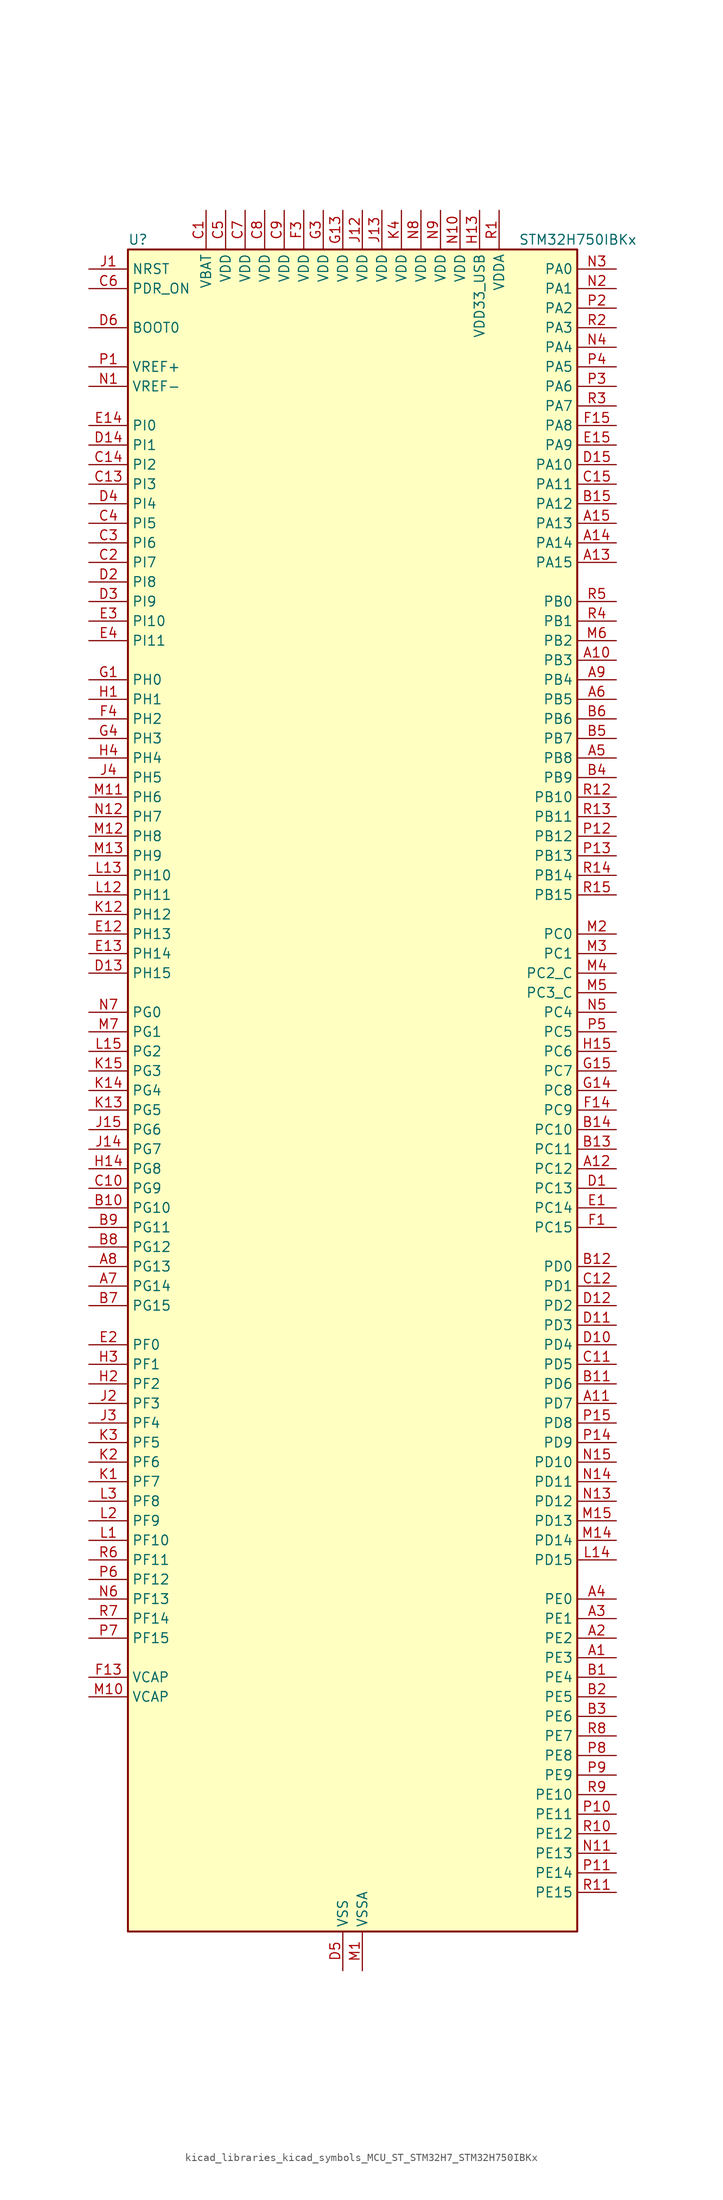
<source format=kicad_sym>
(kicad_symbol_lib
  (version 20220914)
  (generator kicad_symbol_editor)
  (symbol "kicad_libraries_kicad_symbols_MCU_ST_STM32H7_STM32H750IBKx"
    (property "Reference" "U"
      (at -27.94 110.49 0)
      (effects (font (size 1.27 1.27)) (justify left)))
    (property "Value" "STM32H750IBKx"
      (at 22.86 110.49 0)
      (effects (font (size 1.27 1.27)) (justify left)))
    (property "ki_locked" ""
      (at 0 0 0)
      (effects (font (size 1.27 1.27))))
    (symbol "kicad_libraries_kicad_symbols_MCU_ST_STM32H7_STM32H750IBKx_0_1"
      (rectangle (start -27.94 -109.22) (end 30.48 109.22) (stroke (width 0.254) (type default)) (fill (type background))))
    (symbol "kicad_libraries_kicad_symbols_MCU_ST_STM32H7_STM32H750IBKx_1_1"
      (pin bidirectional line (at 35.56 -73.66 180) (length 5.08) (name "PE3" (effects (font (size 1.27 1.27)))) (number "A1" (effects (font (size 1.27 1.27)))) (alternate "DEBUG_TRACED0" bidirectional line) (alternate "FMC_A19" bidirectional line) (alternate "SAI1_SD_B" bidirectional line) (alternate "SAI4_SD_B" bidirectional line) (alternate "TIM15_BKIN" bidirectional line))
      (pin bidirectional line (at 35.56 55.88 180) (length 5.08) (name "PB3" (effects (font (size 1.27 1.27)))) (number "A10" (effects (font (size 1.27 1.27)))) (alternate "CRS_SYNC" bidirectional line) (alternate "DEBUG_JTDO-SWO" bidirectional line) (alternate "HRTIM_FLT4" bidirectional line) (alternate "I2S1_CK" bidirectional line) (alternate "I2S3_CK" bidirectional line) (alternate "SDMMC2_D2" bidirectional line) (alternate "SPI1_SCK" bidirectional line) (alternate "SPI3_SCK" bidirectional line) (alternate "SPI6_SCK" bidirectional line) (alternate "TIM2_CH2" bidirectional line) (alternate "UART7_RX" bidirectional line))
      (pin bidirectional line (at 35.56 -40.64 180) (length 5.08) (name "PD7" (effects (font (size 1.27 1.27)))) (number "A11" (effects (font (size 1.27 1.27)))) (alternate "DFSDM1_CKIN1" bidirectional line) (alternate "DFSDM1_DATIN4" bidirectional line) (alternate "FMC_NE1" bidirectional line) (alternate "I2S1_SDO" bidirectional line) (alternate "SDMMC2_CMD" bidirectional line) (alternate "SPDIFRX1_IN0" bidirectional line) (alternate "SPI1_MOSI" bidirectional line) (alternate "USART2_CK" bidirectional line))
      (pin bidirectional line (at 35.56 -10.16 180) (length 5.08) (name "PC12" (effects (font (size 1.27 1.27)))) (number "A12" (effects (font (size 1.27 1.27)))) (alternate "DCMI_D9" bidirectional line) (alternate "DEBUG_TRACED3" bidirectional line) (alternate "HRTIM_EEV2" bidirectional line) (alternate "I2S3_SDO" bidirectional line) (alternate "SDMMC1_CK" bidirectional line) (alternate "SPI3_MOSI" bidirectional line) (alternate "UART5_TX" bidirectional line) (alternate "USART3_CK" bidirectional line))
      (pin bidirectional line (at 35.56 68.58 180) (length 5.08) (name "PA15" (effects (font (size 1.27 1.27)))) (number "A13" (effects (font (size 1.27 1.27)))) (alternate "ADC1_EXTI15" bidirectional line) (alternate "ADC2_EXTI15" bidirectional line) (alternate "ADC3_EXTI15" bidirectional line) (alternate "CEC" bidirectional line) (alternate "DEBUG_JTDI" bidirectional line) (alternate "HRTIM_FLT1" bidirectional line) (alternate "I2S1_WS" bidirectional line) (alternate "I2S3_WS" bidirectional line) (alternate "SPI1_NSS" bidirectional line) (alternate "SPI3_NSS" bidirectional line) (alternate "SPI6_NSS" bidirectional line) (alternate "TIM2_CH1" bidirectional line) (alternate "TIM2_ETR" bidirectional line) (alternate "UART4_DE" bidirectional line) (alternate "UART4_RTS" bidirectional line) (alternate "UART7_TX" bidirectional line))
      (pin bidirectional line (at 35.56 71.12 180) (length 5.08) (name "PA14" (effects (font (size 1.27 1.27)))) (number "A14" (effects (font (size 1.27 1.27)))) (alternate "DEBUG_JTCK-SWCLK" bidirectional line))
      (pin bidirectional line (at 35.56 73.66 180) (length 5.08) (name "PA13" (effects (font (size 1.27 1.27)))) (number "A15" (effects (font (size 1.27 1.27)))) (alternate "DEBUG_JTMS-SWDIO" bidirectional line))
      (pin bidirectional line (at 35.56 -71.12 180) (length 5.08) (name "PE2" (effects (font (size 1.27 1.27)))) (number "A2" (effects (font (size 1.27 1.27)))) (alternate "DEBUG_TRACECLK" bidirectional line) (alternate "ETH_TXD3" bidirectional line) (alternate "FMC_A23" bidirectional line) (alternate "QUADSPI_BK1_IO2" bidirectional line) (alternate "SAI1_CK1" bidirectional line) (alternate "SAI1_MCLK_A" bidirectional line) (alternate "SAI4_CK1" bidirectional line) (alternate "SAI4_MCLK_A" bidirectional line) (alternate "SPI4_SCK" bidirectional line))
      (pin bidirectional line (at 35.56 -68.58 180) (length 5.08) (name "PE1" (effects (font (size 1.27 1.27)))) (number "A3" (effects (font (size 1.27 1.27)))) (alternate "DCMI_D3" bidirectional line) (alternate "FMC_NBL1" bidirectional line) (alternate "HRTIM_SCOUT" bidirectional line) (alternate "LPTIM1_IN2" bidirectional line) (alternate "UART8_TX" bidirectional line))
      (pin bidirectional line (at 35.56 -66.04 180) (length 5.08) (name "PE0" (effects (font (size 1.27 1.27)))) (number "A4" (effects (font (size 1.27 1.27)))) (alternate "DCMI_D2" bidirectional line) (alternate "FMC_NBL0" bidirectional line) (alternate "HRTIM_SCIN" bidirectional line) (alternate "LPTIM1_ETR" bidirectional line) (alternate "LPTIM2_ETR" bidirectional line) (alternate "SAI2_MCLK_A" bidirectional line) (alternate "TIM4_ETR" bidirectional line) (alternate "UART8_RX" bidirectional line))
      (pin bidirectional line (at 35.56 43.18 180) (length 5.08) (name "PB8" (effects (font (size 1.27 1.27)))) (number "A5" (effects (font (size 1.27 1.27)))) (alternate "DCMI_D6" bidirectional line) (alternate "DFSDM1_CKIN7" bidirectional line) (alternate "ETH_TXD3" bidirectional line) (alternate "FDCAN1_RX" bidirectional line) (alternate "I2C1_SCL" bidirectional line) (alternate "I2C4_SCL" bidirectional line) (alternate "LTDC_B6" bidirectional line) (alternate "SDMMC1_CKIN" bidirectional line) (alternate "SDMMC1_D4" bidirectional line) (alternate "SDMMC2_D4" bidirectional line) (alternate "TIM16_CH1" bidirectional line) (alternate "TIM4_CH3" bidirectional line) (alternate "UART4_RX" bidirectional line))
      (pin bidirectional line (at 35.56 50.8 180) (length 5.08) (name "PB5" (effects (font (size 1.27 1.27)))) (number "A6" (effects (font (size 1.27 1.27)))) (alternate "DCMI_D10" bidirectional line) (alternate "ETH_PPS_OUT" bidirectional line) (alternate "FDCAN2_RX" bidirectional line) (alternate "FMC_SDCKE1" bidirectional line) (alternate "HRTIM_EEV7" bidirectional line) (alternate "I2C1_SMBA" bidirectional line) (alternate "I2C4_SMBA" bidirectional line) (alternate "I2S1_SDO" bidirectional line) (alternate "I2S3_SDO" bidirectional line) (alternate "SPI1_MOSI" bidirectional line) (alternate "SPI3_MOSI" bidirectional line) (alternate "SPI6_MOSI" bidirectional line) (alternate "TIM17_BKIN" bidirectional line) (alternate "TIM3_CH2" bidirectional line) (alternate "UART5_RX" bidirectional line) (alternate "USB_OTG_HS_ULPI_D7" bidirectional line))
      (pin bidirectional line (at -33.02 -25.4 0) (length 5.08) (name "PG14" (effects (font (size 1.27 1.27)))) (number "A7" (effects (font (size 1.27 1.27)))) (alternate "DEBUG_TRACED1" bidirectional line) (alternate "ETH_TXD1" bidirectional line) (alternate "FMC_A25" bidirectional line) (alternate "LPTIM1_ETR" bidirectional line) (alternate "LTDC_B0" bidirectional line) (alternate "QUADSPI_BK2_IO3" bidirectional line) (alternate "SPI6_MOSI" bidirectional line) (alternate "USART6_TX" bidirectional line))
      (pin bidirectional line (at -33.02 -22.86 0) (length 5.08) (name "PG13" (effects (font (size 1.27 1.27)))) (number "A8" (effects (font (size 1.27 1.27)))) (alternate "DEBUG_TRACED0" bidirectional line) (alternate "ETH_TXD0" bidirectional line) (alternate "FMC_A24" bidirectional line) (alternate "HRTIM_EEV10" bidirectional line) (alternate "LPTIM1_OUT" bidirectional line) (alternate "LTDC_R0" bidirectional line) (alternate "SPI6_SCK" bidirectional line) (alternate "USART6_CTS" bidirectional line) (alternate "USART6_NSS" bidirectional line))
      (pin bidirectional line (at 35.56 53.34 180) (length 5.08) (name "PB4" (effects (font (size 1.27 1.27)))) (number "A9" (effects (font (size 1.27 1.27)))) (alternate "DEBUG_JTRST" bidirectional line) (alternate "HRTIM_EEV6" bidirectional line) (alternate "I2S1_SDI" bidirectional line) (alternate "I2S2_WS" bidirectional line) (alternate "I2S3_SDI" bidirectional line) (alternate "SDMMC2_D3" bidirectional line) (alternate "SPI1_MISO" bidirectional line) (alternate "SPI2_NSS" bidirectional line) (alternate "SPI3_MISO" bidirectional line) (alternate "SPI6_MISO" bidirectional line) (alternate "TIM16_BKIN" bidirectional line) (alternate "TIM3_CH1" bidirectional line) (alternate "UART7_TX" bidirectional line))
      (pin bidirectional line (at 35.56 -76.2 180) (length 5.08) (name "PE4" (effects (font (size 1.27 1.27)))) (number "B1" (effects (font (size 1.27 1.27)))) (alternate "DCMI_D4" bidirectional line) (alternate "DEBUG_TRACED1" bidirectional line) (alternate "DFSDM1_DATIN3" bidirectional line) (alternate "FMC_A20" bidirectional line) (alternate "LTDC_B0" bidirectional line) (alternate "SAI1_D2" bidirectional line) (alternate "SAI1_FS_A" bidirectional line) (alternate "SAI4_D2" bidirectional line) (alternate "SAI4_FS_A" bidirectional line) (alternate "SPI4_NSS" bidirectional line) (alternate "TIM15_CH1N" bidirectional line))
      (pin bidirectional line (at -33.02 -15.24 0) (length 5.08) (name "PG10" (effects (font (size 1.27 1.27)))) (number "B10" (effects (font (size 1.27 1.27)))) (alternate "DCMI_D2" bidirectional line) (alternate "FMC_NE3" bidirectional line) (alternate "HRTIM_FLT5" bidirectional line) (alternate "I2S1_WS" bidirectional line) (alternate "LTDC_B2" bidirectional line) (alternate "LTDC_G3" bidirectional line) (alternate "SAI2_SD_B" bidirectional line) (alternate "SPI1_NSS" bidirectional line))
      (pin bidirectional line (at 35.56 -38.1 180) (length 5.08) (name "PD6" (effects (font (size 1.27 1.27)))) (number "B11" (effects (font (size 1.27 1.27)))) (alternate "DCMI_D10" bidirectional line) (alternate "DFSDM1_CKIN4" bidirectional line) (alternate "DFSDM1_DATIN1" bidirectional line) (alternate "FMC_NWAIT" bidirectional line) (alternate "I2S3_SDO" bidirectional line) (alternate "LTDC_B2" bidirectional line) (alternate "SAI1_D1" bidirectional line) (alternate "SAI1_SD_A" bidirectional line) (alternate "SAI4_D1" bidirectional line) (alternate "SAI4_SD_A" bidirectional line) (alternate "SDMMC2_CK" bidirectional line) (alternate "SPI3_MOSI" bidirectional line) (alternate "USART2_RX" bidirectional line))
      (pin bidirectional line (at 35.56 -22.86 180) (length 5.08) (name "PD0" (effects (font (size 1.27 1.27)))) (number "B12" (effects (font (size 1.27 1.27)))) (alternate "DFSDM1_CKIN6" bidirectional line) (alternate "FDCAN1_RX" bidirectional line) (alternate "FMC_D2" bidirectional line) (alternate "FMC_DA2" bidirectional line) (alternate "SAI3_SCK_A" bidirectional line) (alternate "UART4_RX" bidirectional line))
      (pin bidirectional line (at 35.56 -7.62 180) (length 5.08) (name "PC11" (effects (font (size 1.27 1.27)))) (number "B13" (effects (font (size 1.27 1.27)))) (alternate "ADC1_EXTI11" bidirectional line) (alternate "ADC2_EXTI11" bidirectional line) (alternate "ADC3_EXTI11" bidirectional line) (alternate "DCMI_D4" bidirectional line) (alternate "DFSDM1_DATIN5" bidirectional line) (alternate "HRTIM_FLT2" bidirectional line) (alternate "I2S3_SDI" bidirectional line) (alternate "QUADSPI_BK2_NCS" bidirectional line) (alternate "SDMMC1_D3" bidirectional line) (alternate "SPI3_MISO" bidirectional line) (alternate "UART4_RX" bidirectional line) (alternate "USART3_RX" bidirectional line))
      (pin bidirectional line (at 35.56 -5.08 180) (length 5.08) (name "PC10" (effects (font (size 1.27 1.27)))) (number "B14" (effects (font (size 1.27 1.27)))) (alternate "DCMI_D8" bidirectional line) (alternate "DFSDM1_CKIN5" bidirectional line) (alternate "HRTIM_EEV1" bidirectional line) (alternate "I2S3_CK" bidirectional line) (alternate "LTDC_R2" bidirectional line) (alternate "QUADSPI_BK1_IO1" bidirectional line) (alternate "SDMMC1_D2" bidirectional line) (alternate "SPI3_SCK" bidirectional line) (alternate "UART4_TX" bidirectional line) (alternate "USART3_TX" bidirectional line))
      (pin bidirectional line (at 35.56 76.2 180) (length 5.08) (name "PA12" (effects (font (size 1.27 1.27)))) (number "B15" (effects (font (size 1.27 1.27)))) (alternate "FDCAN1_TX" bidirectional line) (alternate "HRTIM_CHD2" bidirectional line) (alternate "I2S2_CK" bidirectional line) (alternate "LPUART1_DE" bidirectional line) (alternate "LPUART1_RTS" bidirectional line) (alternate "LTDC_R5" bidirectional line) (alternate "SAI2_FS_B" bidirectional line) (alternate "SPI2_SCK" bidirectional line) (alternate "TIM1_ETR" bidirectional line) (alternate "UART4_TX" bidirectional line) (alternate "USART1_DE" bidirectional line) (alternate "USART1_RTS" bidirectional line) (alternate "USB_OTG_FS_DP" bidirectional line))
      (pin bidirectional line (at 35.56 -78.74 180) (length 5.08) (name "PE5" (effects (font (size 1.27 1.27)))) (number "B2" (effects (font (size 1.27 1.27)))) (alternate "DCMI_D6" bidirectional line) (alternate "DEBUG_TRACED2" bidirectional line) (alternate "DFSDM1_CKIN3" bidirectional line) (alternate "FMC_A21" bidirectional line) (alternate "LTDC_G0" bidirectional line) (alternate "SAI1_CK2" bidirectional line) (alternate "SAI1_SCK_A" bidirectional line) (alternate "SAI4_CK2" bidirectional line) (alternate "SAI4_SCK_A" bidirectional line) (alternate "SPI4_MISO" bidirectional line) (alternate "TIM15_CH1" bidirectional line))
      (pin bidirectional line (at 35.56 -81.28 180) (length 5.08) (name "PE6" (effects (font (size 1.27 1.27)))) (number "B3" (effects (font (size 1.27 1.27)))) (alternate "DCMI_D7" bidirectional line) (alternate "DEBUG_TRACED3" bidirectional line) (alternate "FMC_A22" bidirectional line) (alternate "LTDC_G1" bidirectional line) (alternate "SAI1_D1" bidirectional line) (alternate "SAI1_SD_A" bidirectional line) (alternate "SAI2_MCLK_B" bidirectional line) (alternate "SAI4_D1" bidirectional line) (alternate "SAI4_SD_A" bidirectional line) (alternate "SPI4_MOSI" bidirectional line) (alternate "TIM15_CH2" bidirectional line) (alternate "TIM1_BKIN2" bidirectional line) (alternate "TIM1_BKIN2_COMP1" bidirectional line) (alternate "TIM1_BKIN2_COMP2" bidirectional line))
      (pin bidirectional line (at 35.56 40.64 180) (length 5.08) (name "PB9" (effects (font (size 1.27 1.27)))) (number "B4" (effects (font (size 1.27 1.27)))) (alternate "DAC1_EXTI9" bidirectional line) (alternate "DCMI_D7" bidirectional line) (alternate "DFSDM1_DATIN7" bidirectional line) (alternate "FDCAN1_TX" bidirectional line) (alternate "I2C1_SDA" bidirectional line) (alternate "I2C4_SDA" bidirectional line) (alternate "I2C4_SMBA" bidirectional line) (alternate "I2S2_WS" bidirectional line) (alternate "LTDC_B7" bidirectional line) (alternate "SDMMC1_CDIR" bidirectional line) (alternate "SDMMC1_D5" bidirectional line) (alternate "SDMMC2_D5" bidirectional line) (alternate "SPI2_NSS" bidirectional line) (alternate "TIM17_CH1" bidirectional line) (alternate "TIM4_CH4" bidirectional line) (alternate "UART4_TX" bidirectional line))
      (pin bidirectional line (at 35.56 45.72 180) (length 5.08) (name "PB7" (effects (font (size 1.27 1.27)))) (number "B5" (effects (font (size 1.27 1.27)))) (alternate "DCMI_VSYNC" bidirectional line) (alternate "DFSDM1_CKIN5" bidirectional line) (alternate "FMC_NL" bidirectional line) (alternate "HRTIM_EEV9" bidirectional line) (alternate "I2C1_SDA" bidirectional line) (alternate "I2C4_SDA" bidirectional line) (alternate "LPUART1_RX" bidirectional line) (alternate "PWR_PVD_IN" bidirectional line) (alternate "TIM17_CH1N" bidirectional line) (alternate "TIM4_CH2" bidirectional line) (alternate "USART1_RX" bidirectional line))
      (pin bidirectional line (at 35.56 48.26 180) (length 5.08) (name "PB6" (effects (font (size 1.27 1.27)))) (number "B6" (effects (font (size 1.27 1.27)))) (alternate "CEC" bidirectional line) (alternate "DCMI_D5" bidirectional line) (alternate "DFSDM1_DATIN5" bidirectional line) (alternate "FDCAN2_TX" bidirectional line) (alternate "FMC_SDNE1" bidirectional line) (alternate "HRTIM_EEV8" bidirectional line) (alternate "I2C1_SCL" bidirectional line) (alternate "I2C4_SCL" bidirectional line) (alternate "LPUART1_TX" bidirectional line) (alternate "QUADSPI_BK1_NCS" bidirectional line) (alternate "TIM16_CH1N" bidirectional line) (alternate "TIM4_CH1" bidirectional line) (alternate "UART5_TX" bidirectional line) (alternate "USART1_TX" bidirectional line))
      (pin bidirectional line (at -33.02 -27.94 0) (length 5.08) (name "PG15" (effects (font (size 1.27 1.27)))) (number "B7" (effects (font (size 1.27 1.27)))) (alternate "ADC1_EXTI15" bidirectional line) (alternate "ADC2_EXTI15" bidirectional line) (alternate "ADC3_EXTI15" bidirectional line) (alternate "DCMI_D13" bidirectional line) (alternate "FMC_SDNCAS" bidirectional line) (alternate "USART6_CTS" bidirectional line) (alternate "USART6_NSS" bidirectional line))
      (pin bidirectional line (at -33.02 -20.32 0) (length 5.08) (name "PG12" (effects (font (size 1.27 1.27)))) (number "B8" (effects (font (size 1.27 1.27)))) (alternate "ETH_TXD1" bidirectional line) (alternate "FMC_NE4" bidirectional line) (alternate "HRTIM_EEV5" bidirectional line) (alternate "LPTIM1_IN1" bidirectional line) (alternate "LTDC_B1" bidirectional line) (alternate "LTDC_B4" bidirectional line) (alternate "SPDIFRX1_IN1" bidirectional line) (alternate "SPI6_MISO" bidirectional line) (alternate "USART6_DE" bidirectional line) (alternate "USART6_RTS" bidirectional line))
      (pin bidirectional line (at -33.02 -17.78 0) (length 5.08) (name "PG11" (effects (font (size 1.27 1.27)))) (number "B9" (effects (font (size 1.27 1.27)))) (alternate "ADC1_EXTI11" bidirectional line) (alternate "ADC2_EXTI11" bidirectional line) (alternate "ADC3_EXTI11" bidirectional line) (alternate "DCMI_D3" bidirectional line) (alternate "ETH_TX_EN" bidirectional line) (alternate "HRTIM_EEV4" bidirectional line) (alternate "I2S1_CK" bidirectional line) (alternate "LPTIM1_IN2" bidirectional line) (alternate "LTDC_B3" bidirectional line) (alternate "SDMMC2_D2" bidirectional line) (alternate "SPDIFRX1_IN0" bidirectional line) (alternate "SPI1_SCK" bidirectional line))
      (pin power_in line (at -17.78 114.3 270) (length 5.08) (name "VBAT" (effects (font (size 1.27 1.27)))) (number "C1" (effects (font (size 1.27 1.27)))))
      (pin bidirectional line (at -33.02 -12.7 0) (length 5.08) (name "PG9" (effects (font (size 1.27 1.27)))) (number "C10" (effects (font (size 1.27 1.27)))) (alternate "DAC1_EXTI9" bidirectional line) (alternate "DCMI_VSYNC" bidirectional line) (alternate "FMC_NCE" bidirectional line) (alternate "FMC_NE2" bidirectional line) (alternate "I2S1_SDI" bidirectional line) (alternate "QUADSPI_BK2_IO2" bidirectional line) (alternate "SAI2_FS_B" bidirectional line) (alternate "SPDIFRX1_IN3" bidirectional line) (alternate "SPI1_MISO" bidirectional line) (alternate "USART6_RX" bidirectional line))
      (pin bidirectional line (at 35.56 -35.56 180) (length 5.08) (name "PD5" (effects (font (size 1.27 1.27)))) (number "C11" (effects (font (size 1.27 1.27)))) (alternate "FMC_NWE" bidirectional line) (alternate "HRTIM_EEV3" bidirectional line) (alternate "USART2_TX" bidirectional line))
      (pin bidirectional line (at 35.56 -25.4 180) (length 5.08) (name "PD1" (effects (font (size 1.27 1.27)))) (number "C12" (effects (font (size 1.27 1.27)))) (alternate "DFSDM1_DATIN6" bidirectional line) (alternate "FDCAN1_TX" bidirectional line) (alternate "FMC_D3" bidirectional line) (alternate "FMC_DA3" bidirectional line) (alternate "SAI3_SD_A" bidirectional line) (alternate "UART4_TX" bidirectional line))
      (pin bidirectional line (at -33.02 78.74 0) (length 5.08) (name "PI3" (effects (font (size 1.27 1.27)))) (number "C13" (effects (font (size 1.27 1.27)))) (alternate "DCMI_D10" bidirectional line) (alternate "FMC_D27" bidirectional line) (alternate "I2S2_SDO" bidirectional line) (alternate "SPI2_MOSI" bidirectional line) (alternate "TIM8_ETR" bidirectional line))
      (pin bidirectional line (at -33.02 81.28 0) (length 5.08) (name "PI2" (effects (font (size 1.27 1.27)))) (number "C14" (effects (font (size 1.27 1.27)))) (alternate "DCMI_D9" bidirectional line) (alternate "FMC_D26" bidirectional line) (alternate "I2S2_SDI" bidirectional line) (alternate "LTDC_G7" bidirectional line) (alternate "SPI2_MISO" bidirectional line) (alternate "TIM8_CH4" bidirectional line))
      (pin bidirectional line (at 35.56 78.74 180) (length 5.08) (name "PA11" (effects (font (size 1.27 1.27)))) (number "C15" (effects (font (size 1.27 1.27)))) (alternate "ADC1_EXTI11" bidirectional line) (alternate "ADC2_EXTI11" bidirectional line) (alternate "ADC3_EXTI11" bidirectional line) (alternate "FDCAN1_RX" bidirectional line) (alternate "HRTIM_CHD1" bidirectional line) (alternate "I2S2_WS" bidirectional line) (alternate "LPUART1_CTS" bidirectional line) (alternate "LTDC_R4" bidirectional line) (alternate "SPI2_NSS" bidirectional line) (alternate "TIM1_CH4" bidirectional line) (alternate "UART4_RX" bidirectional line) (alternate "USART1_CTS" bidirectional line) (alternate "USART1_NSS" bidirectional line) (alternate "USB_OTG_FS_DM" bidirectional line))
      (pin bidirectional line (at -33.02 68.58 0) (length 5.08) (name "PI7" (effects (font (size 1.27 1.27)))) (number "C2" (effects (font (size 1.27 1.27)))) (alternate "DCMI_D7" bidirectional line) (alternate "FMC_D29" bidirectional line) (alternate "LTDC_B7" bidirectional line) (alternate "SAI2_FS_A" bidirectional line) (alternate "TIM8_CH3" bidirectional line))
      (pin bidirectional line (at -33.02 71.12 0) (length 5.08) (name "PI6" (effects (font (size 1.27 1.27)))) (number "C3" (effects (font (size 1.27 1.27)))) (alternate "DCMI_D6" bidirectional line) (alternate "FMC_D28" bidirectional line) (alternate "LTDC_B6" bidirectional line) (alternate "SAI2_SD_A" bidirectional line) (alternate "TIM8_CH2" bidirectional line))
      (pin bidirectional line (at -33.02 73.66 0) (length 5.08) (name "PI5" (effects (font (size 1.27 1.27)))) (number "C4" (effects (font (size 1.27 1.27)))) (alternate "DCMI_VSYNC" bidirectional line) (alternate "FMC_NBL3" bidirectional line) (alternate "LTDC_B5" bidirectional line) (alternate "SAI2_SCK_A" bidirectional line) (alternate "TIM8_CH1" bidirectional line))
      (pin power_in line (at -15.24 114.3 270) (length 5.08) (name "VDD" (effects (font (size 1.27 1.27)))) (number "C5" (effects (font (size 1.27 1.27)))))
      (pin input line (at -33.02 104.14 0) (length 5.08) (name "PDR_ON" (effects (font (size 1.27 1.27)))) (number "C6" (effects (font (size 1.27 1.27)))))
      (pin power_in line (at -12.7 114.3 270) (length 5.08) (name "VDD" (effects (font (size 1.27 1.27)))) (number "C7" (effects (font (size 1.27 1.27)))))
      (pin power_in line (at -10.16 114.3 270) (length 5.08) (name "VDD" (effects (font (size 1.27 1.27)))) (number "C8" (effects (font (size 1.27 1.27)))))
      (pin power_in line (at -7.62 114.3 270) (length 5.08) (name "VDD" (effects (font (size 1.27 1.27)))) (number "C9" (effects (font (size 1.27 1.27)))))
      (pin bidirectional line (at 35.56 -12.7 180) (length 5.08) (name "PC13" (effects (font (size 1.27 1.27)))) (number "D1" (effects (font (size 1.27 1.27)))) (alternate "PWR_WKUP2" bidirectional line) (alternate "RTC_OUT_ALARM" bidirectional line) (alternate "RTC_OUT_CALIB" bidirectional line) (alternate "RTC_TAMP1" bidirectional line) (alternate "RTC_TS" bidirectional line))
      (pin bidirectional line (at 35.56 -33.02 180) (length 5.08) (name "PD4" (effects (font (size 1.27 1.27)))) (number "D10" (effects (font (size 1.27 1.27)))) (alternate "FMC_NOE" bidirectional line) (alternate "HRTIM_FLT3" bidirectional line) (alternate "SAI3_FS_A" bidirectional line) (alternate "USART2_DE" bidirectional line) (alternate "USART2_RTS" bidirectional line))
      (pin bidirectional line (at 35.56 -30.48 180) (length 5.08) (name "PD3" (effects (font (size 1.27 1.27)))) (number "D11" (effects (font (size 1.27 1.27)))) (alternate "DCMI_D5" bidirectional line) (alternate "DFSDM1_CKOUT" bidirectional line) (alternate "FMC_CLK" bidirectional line) (alternate "I2S2_CK" bidirectional line) (alternate "LTDC_G7" bidirectional line) (alternate "SPI2_SCK" bidirectional line) (alternate "USART2_CTS" bidirectional line) (alternate "USART2_NSS" bidirectional line))
      (pin bidirectional line (at 35.56 -27.94 180) (length 5.08) (name "PD2" (effects (font (size 1.27 1.27)))) (number "D12" (effects (font (size 1.27 1.27)))) (alternate "DCMI_D11" bidirectional line) (alternate "DEBUG_TRACED2" bidirectional line) (alternate "SDMMC1_CMD" bidirectional line) (alternate "TIM3_ETR" bidirectional line) (alternate "UART5_RX" bidirectional line))
      (pin bidirectional line (at -33.02 15.24 0) (length 5.08) (name "PH15" (effects (font (size 1.27 1.27)))) (number "D13" (effects (font (size 1.27 1.27)))) (alternate "ADC1_EXTI15" bidirectional line) (alternate "ADC2_EXTI15" bidirectional line) (alternate "ADC3_EXTI15" bidirectional line) (alternate "DCMI_D11" bidirectional line) (alternate "FMC_D23" bidirectional line) (alternate "LTDC_G4" bidirectional line) (alternate "TIM8_CH3N" bidirectional line))
      (pin bidirectional line (at -33.02 83.82 0) (length 5.08) (name "PI1" (effects (font (size 1.27 1.27)))) (number "D14" (effects (font (size 1.27 1.27)))) (alternate "DCMI_D8" bidirectional line) (alternate "FMC_D25" bidirectional line) (alternate "I2S2_CK" bidirectional line) (alternate "LTDC_G6" bidirectional line) (alternate "SPI2_SCK" bidirectional line) (alternate "TIM8_BKIN2" bidirectional line) (alternate "TIM8_BKIN2_COMP1" bidirectional line) (alternate "TIM8_BKIN2_COMP2" bidirectional line))
      (pin bidirectional line (at 35.56 81.28 180) (length 5.08) (name "PA10" (effects (font (size 1.27 1.27)))) (number "D15" (effects (font (size 1.27 1.27)))) (alternate "DCMI_D1" bidirectional line) (alternate "HRTIM_CHC2" bidirectional line) (alternate "LPUART1_RX" bidirectional line) (alternate "LTDC_B1" bidirectional line) (alternate "LTDC_B4" bidirectional line) (alternate "MDIOS_MDIO" bidirectional line) (alternate "TIM1_CH3" bidirectional line) (alternate "USART1_RX" bidirectional line) (alternate "USB_OTG_FS_ID" bidirectional line))
      (pin bidirectional line (at -33.02 66.04 0) (length 5.08) (name "PI8" (effects (font (size 1.27 1.27)))) (number "D2" (effects (font (size 1.27 1.27)))) (alternate "PWR_WKUP3" bidirectional line) (alternate "RTC_TAMP2" bidirectional line))
      (pin bidirectional line (at -33.02 63.5 0) (length 5.08) (name "PI9" (effects (font (size 1.27 1.27)))) (number "D3" (effects (font (size 1.27 1.27)))) (alternate "DAC1_EXTI9" bidirectional line) (alternate "FDCAN1_RX" bidirectional line) (alternate "FMC_D30" bidirectional line) (alternate "LTDC_VSYNC" bidirectional line) (alternate "UART4_RX" bidirectional line))
      (pin bidirectional line (at -33.02 76.2 0) (length 5.08) (name "PI4" (effects (font (size 1.27 1.27)))) (number "D4" (effects (font (size 1.27 1.27)))) (alternate "DCMI_D5" bidirectional line) (alternate "FMC_NBL2" bidirectional line) (alternate "LTDC_B4" bidirectional line) (alternate "SAI2_MCLK_A" bidirectional line) (alternate "TIM8_BKIN" bidirectional line) (alternate "TIM8_BKIN_COMP1" bidirectional line) (alternate "TIM8_BKIN_COMP2" bidirectional line))
      (pin power_in line (at 0 -114.3 90) (length 5.08) (name "VSS" (effects (font (size 1.27 1.27)))) (number "D5" (effects (font (size 1.27 1.27)))))
      (pin input line (at -33.02 99.06 0) (length 5.08) (name "BOOT0" (effects (font (size 1.27 1.27)))) (number "D6" (effects (font (size 1.27 1.27)))))
      (pin passive line (at 0 -114.3 90) (length 5.08) hide (name "VSS" (effects (font (size 1.27 1.27)))) (number "D7" (effects (font (size 1.27 1.27)))))
      (pin passive line (at 0 -114.3 90) (length 5.08) hide (name "VSS" (effects (font (size 1.27 1.27)))) (number "D8" (effects (font (size 1.27 1.27)))))
      (pin passive line (at 0 -114.3 90) (length 5.08) hide (name "VSS" (effects (font (size 1.27 1.27)))) (number "D9" (effects (font (size 1.27 1.27)))))
      (pin bidirectional line (at 35.56 -15.24 180) (length 5.08) (name "PC14" (effects (font (size 1.27 1.27)))) (number "E1" (effects (font (size 1.27 1.27)))) (alternate "RCC_OSC32_IN" bidirectional line))
      (pin bidirectional line (at -33.02 20.32 0) (length 5.08) (name "PH13" (effects (font (size 1.27 1.27)))) (number "E12" (effects (font (size 1.27 1.27)))) (alternate "FDCAN1_TX" bidirectional line) (alternate "FMC_D21" bidirectional line) (alternate "LTDC_G2" bidirectional line) (alternate "TIM8_CH1N" bidirectional line) (alternate "UART4_TX" bidirectional line))
      (pin bidirectional line (at -33.02 17.78 0) (length 5.08) (name "PH14" (effects (font (size 1.27 1.27)))) (number "E13" (effects (font (size 1.27 1.27)))) (alternate "DCMI_D4" bidirectional line) (alternate "FDCAN1_RX" bidirectional line) (alternate "FMC_D22" bidirectional line) (alternate "LTDC_G3" bidirectional line) (alternate "TIM8_CH2N" bidirectional line) (alternate "UART4_RX" bidirectional line))
      (pin bidirectional line (at -33.02 86.36 0) (length 5.08) (name "PI0" (effects (font (size 1.27 1.27)))) (number "E14" (effects (font (size 1.27 1.27)))) (alternate "DCMI_D13" bidirectional line) (alternate "FMC_D24" bidirectional line) (alternate "I2S2_WS" bidirectional line) (alternate "LTDC_G5" bidirectional line) (alternate "SPI2_NSS" bidirectional line) (alternate "TIM5_CH4" bidirectional line))
      (pin bidirectional line (at 35.56 83.82 180) (length 5.08) (name "PA9" (effects (font (size 1.27 1.27)))) (number "E15" (effects (font (size 1.27 1.27)))) (alternate "DAC1_EXTI9" bidirectional line) (alternate "DCMI_D0" bidirectional line) (alternate "HRTIM_CHC1" bidirectional line) (alternate "I2C3_SMBA" bidirectional line) (alternate "I2S2_CK" bidirectional line) (alternate "LPUART1_TX" bidirectional line) (alternate "LTDC_R5" bidirectional line) (alternate "SPI2_SCK" bidirectional line) (alternate "TIM1_CH2" bidirectional line) (alternate "USART1_TX" bidirectional line) (alternate "USB_OTG_FS_VBUS" bidirectional line))
      (pin bidirectional line (at -33.02 -33.02 0) (length 5.08) (name "PF0" (effects (font (size 1.27 1.27)))) (number "E2" (effects (font (size 1.27 1.27)))) (alternate "FMC_A0" bidirectional line) (alternate "I2C2_SDA" bidirectional line))
      (pin bidirectional line (at -33.02 60.96 0) (length 5.08) (name "PI10" (effects (font (size 1.27 1.27)))) (number "E3" (effects (font (size 1.27 1.27)))) (alternate "ETH_RX_ER" bidirectional line) (alternate "FMC_D31" bidirectional line) (alternate "LTDC_HSYNC" bidirectional line))
      (pin bidirectional line (at -33.02 58.42 0) (length 5.08) (name "PI11" (effects (font (size 1.27 1.27)))) (number "E4" (effects (font (size 1.27 1.27)))) (alternate "ADC1_EXTI11" bidirectional line) (alternate "ADC2_EXTI11" bidirectional line) (alternate "ADC3_EXTI11" bidirectional line) (alternate "LTDC_G6" bidirectional line) (alternate "PWR_WKUP4" bidirectional line) (alternate "USB_OTG_HS_ULPI_DIR" bidirectional line))
      (pin bidirectional line (at 35.56 -17.78 180) (length 5.08) (name "PC15" (effects (font (size 1.27 1.27)))) (number "F1" (effects (font (size 1.27 1.27)))) (alternate "ADC1_EXTI15" bidirectional line) (alternate "ADC2_EXTI15" bidirectional line) (alternate "ADC3_EXTI15" bidirectional line) (alternate "RCC_OSC32_OUT" bidirectional line))
      (pin passive line (at 0 -114.3 90) (length 5.08) hide (name "VSS" (effects (font (size 1.27 1.27)))) (number "F10" (effects (font (size 1.27 1.27)))))
      (pin passive line (at 0 -114.3 90) (length 5.08) hide (name "VSS" (effects (font (size 1.27 1.27)))) (number "F12" (effects (font (size 1.27 1.27)))))
      (pin power_out line (at -33.02 -76.2 0) (length 5.08) (name "VCAP" (effects (font (size 1.27 1.27)))) (number "F13" (effects (font (size 1.27 1.27)))))
      (pin bidirectional line (at 35.56 -2.54 180) (length 5.08) (name "PC9" (effects (font (size 1.27 1.27)))) (number "F14" (effects (font (size 1.27 1.27)))) (alternate "DAC1_EXTI9" bidirectional line) (alternate "DCMI_D3" bidirectional line) (alternate "I2C3_SDA" bidirectional line) (alternate "I2S_CKIN" bidirectional line) (alternate "LTDC_B2" bidirectional line) (alternate "LTDC_G3" bidirectional line) (alternate "QUADSPI_BK1_IO0" bidirectional line) (alternate "RCC_MCO_2" bidirectional line) (alternate "SDMMC1_D1" bidirectional line) (alternate "SWPMI1_SUSPEND" bidirectional line) (alternate "TIM3_CH4" bidirectional line) (alternate "TIM8_CH4" bidirectional line) (alternate "UART5_CTS" bidirectional line))
      (pin bidirectional line (at 35.56 86.36 180) (length 5.08) (name "PA8" (effects (font (size 1.27 1.27)))) (number "F15" (effects (font (size 1.27 1.27)))) (alternate "HRTIM_CHB2" bidirectional line) (alternate "I2C3_SCL" bidirectional line) (alternate "LTDC_B3" bidirectional line) (alternate "LTDC_R6" bidirectional line) (alternate "RCC_MCO_1" bidirectional line) (alternate "TIM1_CH1" bidirectional line) (alternate "TIM8_BKIN2" bidirectional line) (alternate "TIM8_BKIN2_COMP1" bidirectional line) (alternate "TIM8_BKIN2_COMP2" bidirectional line) (alternate "UART7_RX" bidirectional line) (alternate "USART1_CK" bidirectional line) (alternate "USB_OTG_FS_SOF" bidirectional line))
      (pin passive line (at 0 -114.3 90) (length 5.08) hide (name "VSS" (effects (font (size 1.27 1.27)))) (number "F2" (effects (font (size 1.27 1.27)))))
      (pin power_in line (at -5.08 114.3 270) (length 5.08) (name "VDD" (effects (font (size 1.27 1.27)))) (number "F3" (effects (font (size 1.27 1.27)))))
      (pin bidirectional line (at -33.02 48.26 0) (length 5.08) (name "PH2" (effects (font (size 1.27 1.27)))) (number "F4" (effects (font (size 1.27 1.27)))) (alternate "ADC3_INP13" bidirectional line) (alternate "ETH_CRS" bidirectional line) (alternate "FMC_SDCKE0" bidirectional line) (alternate "LPTIM1_IN2" bidirectional line) (alternate "LTDC_R0" bidirectional line) (alternate "QUADSPI_BK2_IO0" bidirectional line) (alternate "SAI2_SCK_B" bidirectional line))
      (pin passive line (at 0 -114.3 90) (length 5.08) hide (name "VSS" (effects (font (size 1.27 1.27)))) (number "F6" (effects (font (size 1.27 1.27)))))
      (pin passive line (at 0 -114.3 90) (length 5.08) hide (name "VSS" (effects (font (size 1.27 1.27)))) (number "F7" (effects (font (size 1.27 1.27)))))
      (pin passive line (at 0 -114.3 90) (length 5.08) hide (name "VSS" (effects (font (size 1.27 1.27)))) (number "F8" (effects (font (size 1.27 1.27)))))
      (pin passive line (at 0 -114.3 90) (length 5.08) hide (name "VSS" (effects (font (size 1.27 1.27)))) (number "F9" (effects (font (size 1.27 1.27)))))
      (pin bidirectional line (at -33.02 53.34 0) (length 5.08) (name "PH0" (effects (font (size 1.27 1.27)))) (number "G1" (effects (font (size 1.27 1.27)))) (alternate "RCC_OSC_IN" bidirectional line))
      (pin passive line (at 0 -114.3 90) (length 5.08) hide (name "VSS" (effects (font (size 1.27 1.27)))) (number "G10" (effects (font (size 1.27 1.27)))))
      (pin passive line (at 0 -114.3 90) (length 5.08) hide (name "VSS" (effects (font (size 1.27 1.27)))) (number "G12" (effects (font (size 1.27 1.27)))))
      (pin power_in line (at 0 114.3 270) (length 5.08) (name "VDD" (effects (font (size 1.27 1.27)))) (number "G13" (effects (font (size 1.27 1.27)))))
      (pin bidirectional line (at 35.56 0 180) (length 5.08) (name "PC8" (effects (font (size 1.27 1.27)))) (number "G14" (effects (font (size 1.27 1.27)))) (alternate "DCMI_D2" bidirectional line) (alternate "DEBUG_TRACED1" bidirectional line) (alternate "FMC_NCE" bidirectional line) (alternate "FMC_NE2" bidirectional line) (alternate "HRTIM_CHB1" bidirectional line) (alternate "SDMMC1_D0" bidirectional line) (alternate "SWPMI1_RX" bidirectional line) (alternate "TIM3_CH3" bidirectional line) (alternate "TIM8_CH3" bidirectional line) (alternate "UART5_DE" bidirectional line) (alternate "UART5_RTS" bidirectional line) (alternate "USART6_CK" bidirectional line))
      (pin bidirectional line (at 35.56 2.54 180) (length 5.08) (name "PC7" (effects (font (size 1.27 1.27)))) (number "G15" (effects (font (size 1.27 1.27)))) (alternate "DCMI_D1" bidirectional line) (alternate "DEBUG_TRGIO" bidirectional line) (alternate "DFSDM1_DATIN3" bidirectional line) (alternate "FMC_NE1" bidirectional line) (alternate "HRTIM_CHA2" bidirectional line) (alternate "I2S3_MCK" bidirectional line) (alternate "LTDC_G6" bidirectional line) (alternate "SDMMC1_D123DIR" bidirectional line) (alternate "SDMMC1_D7" bidirectional line) (alternate "SDMMC2_D7" bidirectional line) (alternate "SWPMI1_TX" bidirectional line) (alternate "TIM3_CH2" bidirectional line) (alternate "TIM8_CH2" bidirectional line) (alternate "USART6_RX" bidirectional line))
      (pin passive line (at 0 -114.3 90) (length 5.08) hide (name "VSS" (effects (font (size 1.27 1.27)))) (number "G2" (effects (font (size 1.27 1.27)))))
      (pin power_in line (at -2.54 114.3 270) (length 5.08) (name "VDD" (effects (font (size 1.27 1.27)))) (number "G3" (effects (font (size 1.27 1.27)))))
      (pin bidirectional line (at -33.02 45.72 0) (length 5.08) (name "PH3" (effects (font (size 1.27 1.27)))) (number "G4" (effects (font (size 1.27 1.27)))) (alternate "ADC3_INN13" bidirectional line) (alternate "ADC3_INP14" bidirectional line) (alternate "ETH_COL" bidirectional line) (alternate "FMC_SDNE0" bidirectional line) (alternate "LTDC_R1" bidirectional line) (alternate "QUADSPI_BK2_IO1" bidirectional line) (alternate "SAI2_MCLK_B" bidirectional line))
      (pin passive line (at 0 -114.3 90) (length 5.08) hide (name "VSS" (effects (font (size 1.27 1.27)))) (number "G6" (effects (font (size 1.27 1.27)))))
      (pin passive line (at 0 -114.3 90) (length 5.08) hide (name "VSS" (effects (font (size 1.27 1.27)))) (number "G7" (effects (font (size 1.27 1.27)))))
      (pin passive line (at 0 -114.3 90) (length 5.08) hide (name "VSS" (effects (font (size 1.27 1.27)))) (number "G8" (effects (font (size 1.27 1.27)))))
      (pin passive line (at 0 -114.3 90) (length 5.08) hide (name "VSS" (effects (font (size 1.27 1.27)))) (number "G9" (effects (font (size 1.27 1.27)))))
      (pin bidirectional line (at -33.02 50.8 0) (length 5.08) (name "PH1" (effects (font (size 1.27 1.27)))) (number "H1" (effects (font (size 1.27 1.27)))) (alternate "RCC_OSC_OUT" bidirectional line))
      (pin passive line (at 0 -114.3 90) (length 5.08) hide (name "VSS" (effects (font (size 1.27 1.27)))) (number "H10" (effects (font (size 1.27 1.27)))))
      (pin passive line (at 0 -114.3 90) (length 5.08) hide (name "VSS" (effects (font (size 1.27 1.27)))) (number "H12" (effects (font (size 1.27 1.27)))))
      (pin power_in line (at 17.78 114.3 270) (length 5.08) (name "VDD33_USB" (effects (font (size 1.27 1.27)))) (number "H13" (effects (font (size 1.27 1.27)))))
      (pin bidirectional line (at -33.02 -10.16 0) (length 5.08) (name "PG8" (effects (font (size 1.27 1.27)))) (number "H14" (effects (font (size 1.27 1.27)))) (alternate "ETH_PPS_OUT" bidirectional line) (alternate "FMC_SDCLK" bidirectional line) (alternate "LTDC_G7" bidirectional line) (alternate "SPDIFRX1_IN2" bidirectional line) (alternate "SPI6_NSS" bidirectional line) (alternate "TIM8_ETR" bidirectional line) (alternate "USART6_DE" bidirectional line) (alternate "USART6_RTS" bidirectional line))
      (pin bidirectional line (at 35.56 5.08 180) (length 5.08) (name "PC6" (effects (font (size 1.27 1.27)))) (number "H15" (effects (font (size 1.27 1.27)))) (alternate "DCMI_D0" bidirectional line) (alternate "DFSDM1_CKIN3" bidirectional line) (alternate "FMC_NWAIT" bidirectional line) (alternate "HRTIM_CHA1" bidirectional line) (alternate "I2S2_MCK" bidirectional line) (alternate "LTDC_HSYNC" bidirectional line) (alternate "SDMMC1_D0DIR" bidirectional line) (alternate "SDMMC1_D6" bidirectional line) (alternate "SDMMC2_D6" bidirectional line) (alternate "SWPMI1_IO" bidirectional line) (alternate "TIM3_CH1" bidirectional line) (alternate "TIM8_CH1" bidirectional line) (alternate "USART6_TX" bidirectional line))
      (pin bidirectional line (at -33.02 -38.1 0) (length 5.08) (name "PF2" (effects (font (size 1.27 1.27)))) (number "H2" (effects (font (size 1.27 1.27)))) (alternate "FMC_A2" bidirectional line) (alternate "I2C2_SMBA" bidirectional line))
      (pin bidirectional line (at -33.02 -35.56 0) (length 5.08) (name "PF1" (effects (font (size 1.27 1.27)))) (number "H3" (effects (font (size 1.27 1.27)))) (alternate "FMC_A1" bidirectional line) (alternate "I2C2_SCL" bidirectional line))
      (pin bidirectional line (at -33.02 43.18 0) (length 5.08) (name "PH4" (effects (font (size 1.27 1.27)))) (number "H4" (effects (font (size 1.27 1.27)))) (alternate "ADC3_INN14" bidirectional line) (alternate "ADC3_INP15" bidirectional line) (alternate "I2C2_SCL" bidirectional line) (alternate "LTDC_G4" bidirectional line) (alternate "LTDC_G5" bidirectional line) (alternate "USB_OTG_HS_ULPI_NXT" bidirectional line))
      (pin passive line (at 0 -114.3 90) (length 5.08) hide (name "VSS" (effects (font (size 1.27 1.27)))) (number "H6" (effects (font (size 1.27 1.27)))))
      (pin passive line (at 0 -114.3 90) (length 5.08) hide (name "VSS" (effects (font (size 1.27 1.27)))) (number "H7" (effects (font (size 1.27 1.27)))))
      (pin passive line (at 0 -114.3 90) (length 5.08) hide (name "VSS" (effects (font (size 1.27 1.27)))) (number "H8" (effects (font (size 1.27 1.27)))))
      (pin passive line (at 0 -114.3 90) (length 5.08) hide (name "VSS" (effects (font (size 1.27 1.27)))) (number "H9" (effects (font (size 1.27 1.27)))))
      (pin input line (at -33.02 106.68 0) (length 5.08) (name "NRST" (effects (font (size 1.27 1.27)))) (number "J1" (effects (font (size 1.27 1.27)))))
      (pin passive line (at 0 -114.3 90) (length 5.08) hide (name "VSS" (effects (font (size 1.27 1.27)))) (number "J10" (effects (font (size 1.27 1.27)))))
      (pin power_in line (at 2.54 114.3 270) (length 5.08) (name "VDD" (effects (font (size 1.27 1.27)))) (number "J12" (effects (font (size 1.27 1.27)))))
      (pin power_in line (at 5.08 114.3 270) (length 5.08) (name "VDD" (effects (font (size 1.27 1.27)))) (number "J13" (effects (font (size 1.27 1.27)))))
      (pin bidirectional line (at -33.02 -7.62 0) (length 5.08) (name "PG7" (effects (font (size 1.27 1.27)))) (number "J14" (effects (font (size 1.27 1.27)))) (alternate "DCMI_D13" bidirectional line) (alternate "FMC_INT" bidirectional line) (alternate "HRTIM_CHE2" bidirectional line) (alternate "LTDC_CLK" bidirectional line) (alternate "SAI1_MCLK_A" bidirectional line) (alternate "USART6_CK" bidirectional line))
      (pin bidirectional line (at -33.02 -5.08 0) (length 5.08) (name "PG6" (effects (font (size 1.27 1.27)))) (number "J15" (effects (font (size 1.27 1.27)))) (alternate "DCMI_D12" bidirectional line) (alternate "FMC_NE3" bidirectional line) (alternate "HRTIM_CHE1" bidirectional line) (alternate "LTDC_R7" bidirectional line) (alternate "QUADSPI_BK1_NCS" bidirectional line) (alternate "TIM17_BKIN" bidirectional line))
      (pin bidirectional line (at -33.02 -40.64 0) (length 5.08) (name "PF3" (effects (font (size 1.27 1.27)))) (number "J2" (effects (font (size 1.27 1.27)))) (alternate "ADC3_INP5" bidirectional line) (alternate "FMC_A3" bidirectional line))
      (pin bidirectional line (at -33.02 -43.18 0) (length 5.08) (name "PF4" (effects (font (size 1.27 1.27)))) (number "J3" (effects (font (size 1.27 1.27)))) (alternate "ADC3_INN5" bidirectional line) (alternate "ADC3_INP9" bidirectional line) (alternate "FMC_A4" bidirectional line))
      (pin bidirectional line (at -33.02 40.64 0) (length 5.08) (name "PH5" (effects (font (size 1.27 1.27)))) (number "J4" (effects (font (size 1.27 1.27)))) (alternate "ADC3_INN15" bidirectional line) (alternate "ADC3_INP16" bidirectional line) (alternate "FMC_SDNWE" bidirectional line) (alternate "I2C2_SDA" bidirectional line) (alternate "SPI5_NSS" bidirectional line))
      (pin passive line (at 0 -114.3 90) (length 5.08) hide (name "VSS" (effects (font (size 1.27 1.27)))) (number "J6" (effects (font (size 1.27 1.27)))))
      (pin passive line (at 0 -114.3 90) (length 5.08) hide (name "VSS" (effects (font (size 1.27 1.27)))) (number "J7" (effects (font (size 1.27 1.27)))))
      (pin passive line (at 0 -114.3 90) (length 5.08) hide (name "VSS" (effects (font (size 1.27 1.27)))) (number "J8" (effects (font (size 1.27 1.27)))))
      (pin passive line (at 0 -114.3 90) (length 5.08) hide (name "VSS" (effects (font (size 1.27 1.27)))) (number "J9" (effects (font (size 1.27 1.27)))))
      (pin bidirectional line (at -33.02 -50.8 0) (length 5.08) (name "PF7" (effects (font (size 1.27 1.27)))) (number "K1" (effects (font (size 1.27 1.27)))) (alternate "ADC3_INP3" bidirectional line) (alternate "QUADSPI_BK1_IO2" bidirectional line) (alternate "SAI1_MCLK_B" bidirectional line) (alternate "SAI4_MCLK_B" bidirectional line) (alternate "SPI5_SCK" bidirectional line) (alternate "TIM17_CH1" bidirectional line) (alternate "UART7_TX" bidirectional line))
      (pin passive line (at 0 -114.3 90) (length 5.08) hide (name "VSS" (effects (font (size 1.27 1.27)))) (number "K10" (effects (font (size 1.27 1.27)))))
      (pin bidirectional line (at -33.02 22.86 0) (length 5.08) (name "PH12" (effects (font (size 1.27 1.27)))) (number "K12" (effects (font (size 1.27 1.27)))) (alternate "DCMI_D3" bidirectional line) (alternate "FMC_D20" bidirectional line) (alternate "I2C4_SDA" bidirectional line) (alternate "LTDC_R6" bidirectional line) (alternate "TIM5_CH3" bidirectional line))
      (pin bidirectional line (at -33.02 -2.54 0) (length 5.08) (name "PG5" (effects (font (size 1.27 1.27)))) (number "K13" (effects (font (size 1.27 1.27)))) (alternate "FMC_A15" bidirectional line) (alternate "FMC_BA1" bidirectional line) (alternate "TIM1_ETR" bidirectional line))
      (pin bidirectional line (at -33.02 0 0) (length 5.08) (name "PG4" (effects (font (size 1.27 1.27)))) (number "K14" (effects (font (size 1.27 1.27)))) (alternate "FMC_A14" bidirectional line) (alternate "FMC_BA0" bidirectional line) (alternate "TIM1_BKIN2" bidirectional line) (alternate "TIM1_BKIN2_COMP1" bidirectional line) (alternate "TIM1_BKIN2_COMP2" bidirectional line))
      (pin bidirectional line (at -33.02 2.54 0) (length 5.08) (name "PG3" (effects (font (size 1.27 1.27)))) (number "K15" (effects (font (size 1.27 1.27)))) (alternate "FMC_A13" bidirectional line) (alternate "TIM8_BKIN2" bidirectional line) (alternate "TIM8_BKIN2_COMP1" bidirectional line) (alternate "TIM8_BKIN2_COMP2" bidirectional line))
      (pin bidirectional line (at -33.02 -48.26 0) (length 5.08) (name "PF6" (effects (font (size 1.27 1.27)))) (number "K2" (effects (font (size 1.27 1.27)))) (alternate "ADC3_INN4" bidirectional line) (alternate "ADC3_INP8" bidirectional line) (alternate "QUADSPI_BK1_IO3" bidirectional line) (alternate "SAI1_SD_B" bidirectional line) (alternate "SAI4_SD_B" bidirectional line) (alternate "SPI5_NSS" bidirectional line) (alternate "TIM16_CH1" bidirectional line) (alternate "UART7_RX" bidirectional line))
      (pin bidirectional line (at -33.02 -45.72 0) (length 5.08) (name "PF5" (effects (font (size 1.27 1.27)))) (number "K3" (effects (font (size 1.27 1.27)))) (alternate "ADC3_INP4" bidirectional line) (alternate "FMC_A5" bidirectional line))
      (pin power_in line (at 7.62 114.3 270) (length 5.08) (name "VDD" (effects (font (size 1.27 1.27)))) (number "K4" (effects (font (size 1.27 1.27)))))
      (pin passive line (at 0 -114.3 90) (length 5.08) hide (name "VSS" (effects (font (size 1.27 1.27)))) (number "K6" (effects (font (size 1.27 1.27)))))
      (pin passive line (at 0 -114.3 90) (length 5.08) hide (name "VSS" (effects (font (size 1.27 1.27)))) (number "K7" (effects (font (size 1.27 1.27)))))
      (pin passive line (at 0 -114.3 90) (length 5.08) hide (name "VSS" (effects (font (size 1.27 1.27)))) (number "K8" (effects (font (size 1.27 1.27)))))
      (pin passive line (at 0 -114.3 90) (length 5.08) hide (name "VSS" (effects (font (size 1.27 1.27)))) (number "K9" (effects (font (size 1.27 1.27)))))
      (pin bidirectional line (at -33.02 -58.42 0) (length 5.08) (name "PF10" (effects (font (size 1.27 1.27)))) (number "L1" (effects (font (size 1.27 1.27)))) (alternate "ADC3_INN2" bidirectional line) (alternate "ADC3_INP6" bidirectional line) (alternate "DCMI_D11" bidirectional line) (alternate "LTDC_DE" bidirectional line) (alternate "QUADSPI_CLK" bidirectional line) (alternate "SAI1_D3" bidirectional line) (alternate "SAI4_D3" bidirectional line) (alternate "TIM16_BKIN" bidirectional line))
      (pin bidirectional line (at -33.02 25.4 0) (length 5.08) (name "PH11" (effects (font (size 1.27 1.27)))) (number "L12" (effects (font (size 1.27 1.27)))) (alternate "ADC1_EXTI11" bidirectional line) (alternate "ADC2_EXTI11" bidirectional line) (alternate "ADC3_EXTI11" bidirectional line) (alternate "DCMI_D2" bidirectional line) (alternate "FMC_D19" bidirectional line) (alternate "I2C4_SCL" bidirectional line) (alternate "LTDC_R5" bidirectional line) (alternate "TIM5_CH2" bidirectional line))
      (pin bidirectional line (at -33.02 27.94 0) (length 5.08) (name "PH10" (effects (font (size 1.27 1.27)))) (number "L13" (effects (font (size 1.27 1.27)))) (alternate "DCMI_D1" bidirectional line) (alternate "FMC_D18" bidirectional line) (alternate "I2C4_SMBA" bidirectional line) (alternate "LTDC_R4" bidirectional line) (alternate "TIM5_CH1" bidirectional line))
      (pin bidirectional line (at 35.56 -60.96 180) (length 5.08) (name "PD15" (effects (font (size 1.27 1.27)))) (number "L14" (effects (font (size 1.27 1.27)))) (alternate "ADC1_EXTI15" bidirectional line) (alternate "ADC2_EXTI15" bidirectional line) (alternate "ADC3_EXTI15" bidirectional line) (alternate "FMC_D1" bidirectional line) (alternate "FMC_DA1" bidirectional line) (alternate "SAI3_MCLK_A" bidirectional line) (alternate "TIM4_CH4" bidirectional line) (alternate "UART8_DE" bidirectional line) (alternate "UART8_RTS" bidirectional line))
      (pin bidirectional line (at -33.02 5.08 0) (length 5.08) (name "PG2" (effects (font (size 1.27 1.27)))) (number "L15" (effects (font (size 1.27 1.27)))) (alternate "FMC_A12" bidirectional line) (alternate "TIM8_BKIN" bidirectional line) (alternate "TIM8_BKIN_COMP1" bidirectional line) (alternate "TIM8_BKIN_COMP2" bidirectional line))
      (pin bidirectional line (at -33.02 -55.88 0) (length 5.08) (name "PF9" (effects (font (size 1.27 1.27)))) (number "L2" (effects (font (size 1.27 1.27)))) (alternate "ADC3_INP2" bidirectional line) (alternate "DAC1_EXTI9" bidirectional line) (alternate "QUADSPI_BK1_IO1" bidirectional line) (alternate "SAI1_FS_B" bidirectional line) (alternate "SAI4_FS_B" bidirectional line) (alternate "SPI5_MOSI" bidirectional line) (alternate "TIM14_CH1" bidirectional line) (alternate "TIM17_CH1N" bidirectional line) (alternate "UART7_CTS" bidirectional line))
      (pin bidirectional line (at -33.02 -53.34 0) (length 5.08) (name "PF8" (effects (font (size 1.27 1.27)))) (number "L3" (effects (font (size 1.27 1.27)))) (alternate "ADC3_INN3" bidirectional line) (alternate "ADC3_INP7" bidirectional line) (alternate "QUADSPI_BK1_IO0" bidirectional line) (alternate "SAI1_SCK_B" bidirectional line) (alternate "SAI4_SCK_B" bidirectional line) (alternate "SPI5_MISO" bidirectional line) (alternate "TIM13_CH1" bidirectional line) (alternate "TIM16_CH1N" bidirectional line) (alternate "UART7_DE" bidirectional line) (alternate "UART7_RTS" bidirectional line))
      (pin passive line (at 0 -114.3 90) (length 5.08) hide (name "VSS" (effects (font (size 1.27 1.27)))) (number "L4" (effects (font (size 1.27 1.27)))))
      (pin power_in line (at 2.54 -114.3 90) (length 5.08) (name "VSSA" (effects (font (size 1.27 1.27)))) (number "M1" (effects (font (size 1.27 1.27)))))
      (pin power_out line (at -33.02 -78.74 0) (length 5.08) (name "VCAP" (effects (font (size 1.27 1.27)))) (number "M10" (effects (font (size 1.27 1.27)))))
      (pin bidirectional line (at -33.02 38.1 0) (length 5.08) (name "PH6" (effects (font (size 1.27 1.27)))) (number "M11" (effects (font (size 1.27 1.27)))) (alternate "DCMI_D8" bidirectional line) (alternate "ETH_RXD2" bidirectional line) (alternate "FMC_SDNE1" bidirectional line) (alternate "I2C2_SMBA" bidirectional line) (alternate "SPI5_SCK" bidirectional line) (alternate "TIM12_CH1" bidirectional line))
      (pin bidirectional line (at -33.02 33.02 0) (length 5.08) (name "PH8" (effects (font (size 1.27 1.27)))) (number "M12" (effects (font (size 1.27 1.27)))) (alternate "DCMI_HSYNC" bidirectional line) (alternate "FMC_D16" bidirectional line) (alternate "I2C3_SDA" bidirectional line) (alternate "LTDC_R2" bidirectional line) (alternate "TIM5_ETR" bidirectional line))
      (pin bidirectional line (at -33.02 30.48 0) (length 5.08) (name "PH9" (effects (font (size 1.27 1.27)))) (number "M13" (effects (font (size 1.27 1.27)))) (alternate "DAC1_EXTI9" bidirectional line) (alternate "DCMI_D0" bidirectional line) (alternate "FMC_D17" bidirectional line) (alternate "I2C3_SMBA" bidirectional line) (alternate "LTDC_R3" bidirectional line) (alternate "TIM12_CH2" bidirectional line))
      (pin bidirectional line (at 35.56 -58.42 180) (length 5.08) (name "PD14" (effects (font (size 1.27 1.27)))) (number "M14" (effects (font (size 1.27 1.27)))) (alternate "FMC_D0" bidirectional line) (alternate "FMC_DA0" bidirectional line) (alternate "SAI3_MCLK_B" bidirectional line) (alternate "TIM4_CH3" bidirectional line) (alternate "UART8_CTS" bidirectional line))
      (pin bidirectional line (at 35.56 -55.88 180) (length 5.08) (name "PD13" (effects (font (size 1.27 1.27)))) (number "M15" (effects (font (size 1.27 1.27)))) (alternate "FMC_A18" bidirectional line) (alternate "I2C4_SDA" bidirectional line) (alternate "LPTIM1_OUT" bidirectional line) (alternate "QUADSPI_BK1_IO3" bidirectional line) (alternate "SAI2_SCK_A" bidirectional line) (alternate "TIM4_CH2" bidirectional line))
      (pin bidirectional line (at 35.56 20.32 180) (length 5.08) (name "PC0" (effects (font (size 1.27 1.27)))) (number "M2" (effects (font (size 1.27 1.27)))) (alternate "ADC1_INP10" bidirectional line) (alternate "ADC2_INP10" bidirectional line) (alternate "ADC3_INP10" bidirectional line) (alternate "DFSDM1_CKIN0" bidirectional line) (alternate "DFSDM1_DATIN4" bidirectional line) (alternate "FMC_SDNWE" bidirectional line) (alternate "LTDC_R5" bidirectional line) (alternate "SAI2_FS_B" bidirectional line) (alternate "USB_OTG_HS_ULPI_STP" bidirectional line))
      (pin bidirectional line (at 35.56 17.78 180) (length 5.08) (name "PC1" (effects (font (size 1.27 1.27)))) (number "M3" (effects (font (size 1.27 1.27)))) (alternate "ADC1_INN10" bidirectional line) (alternate "ADC1_INP11" bidirectional line) (alternate "ADC2_INN10" bidirectional line) (alternate "ADC2_INP11" bidirectional line) (alternate "ADC3_INN10" bidirectional line) (alternate "ADC3_INP11" bidirectional line) (alternate "DEBUG_TRACED0" bidirectional line) (alternate "DFSDM1_CKIN4" bidirectional line) (alternate "DFSDM1_DATIN0" bidirectional line) (alternate "ETH_MDC" bidirectional line) (alternate "I2S2_SDO" bidirectional line) (alternate "MDIOS_MDC" bidirectional line) (alternate "PWR_WKUP5" bidirectional line) (alternate "RTC_TAMP3" bidirectional line) (alternate "SAI1_D1" bidirectional line) (alternate "SAI1_SD_A" bidirectional line) (alternate "SAI4_D1" bidirectional line) (alternate "SAI4_SD_A" bidirectional line) (alternate "SDMMC2_CK" bidirectional line) (alternate "SPI2_MOSI" bidirectional line))
      (pin bidirectional line (at 35.56 15.24 180) (length 5.08) (name "PC2_C" (effects (font (size 1.27 1.27)))) (number "M4" (effects (font (size 1.27 1.27)))) (alternate "ADC3_INN1" bidirectional line) (alternate "ADC3_INP0" bidirectional line) (alternate "DFSDM1_CKIN1" bidirectional line) (alternate "DFSDM1_CKOUT" bidirectional line) (alternate "ETH_TXD2" bidirectional line) (alternate "FMC_SDNE0" bidirectional line) (alternate "I2S2_SDI" bidirectional line) (alternate "PWR_CSTOP" bidirectional line) (alternate "SPI2_MISO" bidirectional line) (alternate "USB_OTG_HS_ULPI_DIR" bidirectional line))
      (pin bidirectional line (at 35.56 12.7 180) (length 5.08) (name "PC3_C" (effects (font (size 1.27 1.27)))) (number "M5" (effects (font (size 1.27 1.27)))) (alternate "ADC3_INP1" bidirectional line) (alternate "DFSDM1_DATIN1" bidirectional line) (alternate "ETH_TX_CLK" bidirectional line) (alternate "FMC_SDCKE0" bidirectional line) (alternate "I2S2_SDO" bidirectional line) (alternate "PWR_CSLEEP" bidirectional line) (alternate "SPI2_MOSI" bidirectional line) (alternate "USB_OTG_HS_ULPI_NXT" bidirectional line))
      (pin bidirectional line (at 35.56 58.42 180) (length 5.08) (name "PB2" (effects (font (size 1.27 1.27)))) (number "M6" (effects (font (size 1.27 1.27)))) (alternate "COMP1_INP" bidirectional line) (alternate "DFSDM1_CKIN1" bidirectional line) (alternate "I2S3_SDO" bidirectional line) (alternate "QUADSPI_CLK" bidirectional line) (alternate "RTC_OUT_ALARM" bidirectional line) (alternate "RTC_OUT_CALIB" bidirectional line) (alternate "SAI1_D1" bidirectional line) (alternate "SAI1_SD_A" bidirectional line) (alternate "SAI4_D1" bidirectional line) (alternate "SAI4_SD_A" bidirectional line) (alternate "SPI3_MOSI" bidirectional line))
      (pin bidirectional line (at -33.02 7.62 0) (length 5.08) (name "PG1" (effects (font (size 1.27 1.27)))) (number "M7" (effects (font (size 1.27 1.27)))) (alternate "FMC_A11" bidirectional line) (alternate "OPAMP2_VINM" bidirectional line) (alternate "OPAMP2_VINM1" bidirectional line))
      (pin passive line (at 0 -114.3 90) (length 5.08) hide (name "VSS" (effects (font (size 1.27 1.27)))) (number "M8" (effects (font (size 1.27 1.27)))))
      (pin passive line (at 0 -114.3 90) (length 5.08) hide (name "VSS" (effects (font (size 1.27 1.27)))) (number "M9" (effects (font (size 1.27 1.27)))))
      (pin input line (at -33.02 91.44 0) (length 5.08) (name "VREF-" (effects (font (size 1.27 1.27)))) (number "N1" (effects (font (size 1.27 1.27)))))
      (pin power_in line (at 15.24 114.3 270) (length 5.08) (name "VDD" (effects (font (size 1.27 1.27)))) (number "N10" (effects (font (size 1.27 1.27)))))
      (pin bidirectional line (at 35.56 -99.06 180) (length 5.08) (name "PE13" (effects (font (size 1.27 1.27)))) (number "N11" (effects (font (size 1.27 1.27)))) (alternate "COMP2_OUT" bidirectional line) (alternate "DFSDM1_CKIN5" bidirectional line) (alternate "FMC_D10" bidirectional line) (alternate "FMC_DA10" bidirectional line) (alternate "LTDC_DE" bidirectional line) (alternate "SAI2_FS_B" bidirectional line) (alternate "SPI4_MISO" bidirectional line) (alternate "TIM1_CH3" bidirectional line))
      (pin bidirectional line (at -33.02 35.56 0) (length 5.08) (name "PH7" (effects (font (size 1.27 1.27)))) (number "N12" (effects (font (size 1.27 1.27)))) (alternate "DCMI_D9" bidirectional line) (alternate "ETH_RXD3" bidirectional line) (alternate "FMC_SDCKE1" bidirectional line) (alternate "I2C3_SCL" bidirectional line) (alternate "SPI5_MISO" bidirectional line))
      (pin bidirectional line (at 35.56 -53.34 180) (length 5.08) (name "PD12" (effects (font (size 1.27 1.27)))) (number "N13" (effects (font (size 1.27 1.27)))) (alternate "FMC_A17" bidirectional line) (alternate "FMC_ALE" bidirectional line) (alternate "I2C4_SCL" bidirectional line) (alternate "LPTIM1_IN1" bidirectional line) (alternate "LPTIM2_IN1" bidirectional line) (alternate "QUADSPI_BK1_IO1" bidirectional line) (alternate "SAI2_FS_A" bidirectional line) (alternate "TIM4_CH1" bidirectional line) (alternate "USART3_DE" bidirectional line) (alternate "USART3_RTS" bidirectional line))
      (pin bidirectional line (at 35.56 -50.8 180) (length 5.08) (name "PD11" (effects (font (size 1.27 1.27)))) (number "N14" (effects (font (size 1.27 1.27)))) (alternate "ADC1_EXTI11" bidirectional line) (alternate "ADC2_EXTI11" bidirectional line) (alternate "ADC3_EXTI11" bidirectional line) (alternate "FMC_A16" bidirectional line) (alternate "FMC_CLE" bidirectional line) (alternate "I2C4_SMBA" bidirectional line) (alternate "LPTIM2_IN2" bidirectional line) (alternate "QUADSPI_BK1_IO0" bidirectional line) (alternate "SAI2_SD_A" bidirectional line) (alternate "USART3_CTS" bidirectional line) (alternate "USART3_NSS" bidirectional line))
      (pin bidirectional line (at 35.56 -48.26 180) (length 5.08) (name "PD10" (effects (font (size 1.27 1.27)))) (number "N15" (effects (font (size 1.27 1.27)))) (alternate "DFSDM1_CKOUT" bidirectional line) (alternate "FMC_D15" bidirectional line) (alternate "FMC_DA15" bidirectional line) (alternate "LTDC_B3" bidirectional line) (alternate "SAI3_FS_B" bidirectional line) (alternate "USART3_CK" bidirectional line))
      (pin bidirectional line (at 35.56 104.14 180) (length 5.08) (name "PA1" (effects (font (size 1.27 1.27)))) (number "N2" (effects (font (size 1.27 1.27)))) (alternate "ADC1_INN16" bidirectional line) (alternate "ADC1_INP17" bidirectional line) (alternate "ETH_REF_CLK" bidirectional line) (alternate "ETH_RX_CLK" bidirectional line) (alternate "LPTIM3_OUT" bidirectional line) (alternate "LTDC_R2" bidirectional line) (alternate "QUADSPI_BK1_IO3" bidirectional line) (alternate "SAI2_MCLK_B" bidirectional line) (alternate "TIM15_CH1N" bidirectional line) (alternate "TIM2_CH2" bidirectional line) (alternate "TIM5_CH2" bidirectional line) (alternate "UART4_RX" bidirectional line) (alternate "USART2_DE" bidirectional line) (alternate "USART2_RTS" bidirectional line))
      (pin bidirectional line (at 35.56 106.68 180) (length 5.08) (name "PA0" (effects (font (size 1.27 1.27)))) (number "N3" (effects (font (size 1.27 1.27)))) (alternate "ADC1_INP16" bidirectional line) (alternate "ETH_CRS" bidirectional line) (alternate "PWR_WKUP0" bidirectional line) (alternate "SAI2_SD_B" bidirectional line) (alternate "SDMMC2_CMD" bidirectional line) (alternate "TIM15_BKIN" bidirectional line) (alternate "TIM2_CH1" bidirectional line) (alternate "TIM2_ETR" bidirectional line) (alternate "TIM5_CH1" bidirectional line) (alternate "TIM8_ETR" bidirectional line) (alternate "UART4_TX" bidirectional line) (alternate "USART2_CTS" bidirectional line) (alternate "USART2_NSS" bidirectional line))
      (pin bidirectional line (at 35.56 96.52 180) (length 5.08) (name "PA4" (effects (font (size 1.27 1.27)))) (number "N4" (effects (font (size 1.27 1.27)))) (alternate "ADC1_INP18" bidirectional line) (alternate "ADC2_INP18" bidirectional line) (alternate "DAC1_OUT1" bidirectional line) (alternate "DCMI_HSYNC" bidirectional line) (alternate "I2S1_WS" bidirectional line) (alternate "I2S3_WS" bidirectional line) (alternate "LTDC_VSYNC" bidirectional line) (alternate "SPI1_NSS" bidirectional line) (alternate "SPI3_NSS" bidirectional line) (alternate "SPI6_NSS" bidirectional line) (alternate "TIM5_ETR" bidirectional line) (alternate "USART2_CK" bidirectional line) (alternate "USB_OTG_HS_SOF" bidirectional line))
      (pin bidirectional line (at 35.56 10.16 180) (length 5.08) (name "PC4" (effects (font (size 1.27 1.27)))) (number "N5" (effects (font (size 1.27 1.27)))) (alternate "ADC1_INP4" bidirectional line) (alternate "ADC2_INP4" bidirectional line) (alternate "COMP1_INM" bidirectional line) (alternate "DFSDM1_CKIN2" bidirectional line) (alternate "ETH_RXD0" bidirectional line) (alternate "FMC_SDNE0" bidirectional line) (alternate "I2S1_MCK" bidirectional line) (alternate "OPAMP1_VOUT" bidirectional line) (alternate "SPDIFRX1_IN2" bidirectional line))
      (pin bidirectional line (at -33.02 -66.04 0) (length 5.08) (name "PF13" (effects (font (size 1.27 1.27)))) (number "N6" (effects (font (size 1.27 1.27)))) (alternate "ADC2_INP2" bidirectional line) (alternate "DFSDM1_DATIN6" bidirectional line) (alternate "FMC_A7" bidirectional line) (alternate "I2C4_SMBA" bidirectional line))
      (pin bidirectional line (at -33.02 10.16 0) (length 5.08) (name "PG0" (effects (font (size 1.27 1.27)))) (number "N7" (effects (font (size 1.27 1.27)))) (alternate "FMC_A10" bidirectional line))
      (pin power_in line (at 10.16 114.3 270) (length 5.08) (name "VDD" (effects (font (size 1.27 1.27)))) (number "N8" (effects (font (size 1.27 1.27)))))
      (pin power_in line (at 12.7 114.3 270) (length 5.08) (name "VDD" (effects (font (size 1.27 1.27)))) (number "N9" (effects (font (size 1.27 1.27)))))
      (pin input line (at -33.02 93.98 0) (length 5.08) (name "VREF+" (effects (font (size 1.27 1.27)))) (number "P1" (effects (font (size 1.27 1.27)))) (alternate "VREFBUF_OUT" bidirectional line))
      (pin bidirectional line (at 35.56 -93.98 180) (length 5.08) (name "PE11" (effects (font (size 1.27 1.27)))) (number "P10" (effects (font (size 1.27 1.27)))) (alternate "ADC1_EXTI11" bidirectional line) (alternate "ADC2_EXTI11" bidirectional line) (alternate "ADC3_EXTI11" bidirectional line) (alternate "COMP2_INP" bidirectional line) (alternate "DFSDM1_CKIN4" bidirectional line) (alternate "FMC_D8" bidirectional line) (alternate "FMC_DA8" bidirectional line) (alternate "LTDC_G3" bidirectional line) (alternate "SAI2_SD_B" bidirectional line) (alternate "SPI4_NSS" bidirectional line) (alternate "TIM1_CH2" bidirectional line))
      (pin bidirectional line (at 35.56 -101.6 180) (length 5.08) (name "PE14" (effects (font (size 1.27 1.27)))) (number "P11" (effects (font (size 1.27 1.27)))) (alternate "FMC_D11" bidirectional line) (alternate "FMC_DA11" bidirectional line) (alternate "LTDC_CLK" bidirectional line) (alternate "SAI2_MCLK_B" bidirectional line) (alternate "SPI4_MOSI" bidirectional line) (alternate "TIM1_CH4" bidirectional line))
      (pin bidirectional line (at 35.56 33.02 180) (length 5.08) (name "PB12" (effects (font (size 1.27 1.27)))) (number "P12" (effects (font (size 1.27 1.27)))) (alternate "DFSDM1_DATIN1" bidirectional line) (alternate "ETH_TXD0" bidirectional line) (alternate "FDCAN2_RX" bidirectional line) (alternate "I2C2_SMBA" bidirectional line) (alternate "I2S2_WS" bidirectional line) (alternate "SPI2_NSS" bidirectional line) (alternate "TIM1_BKIN" bidirectional line) (alternate "TIM1_BKIN_COMP1" bidirectional line) (alternate "TIM1_BKIN_COMP2" bidirectional line) (alternate "UART5_RX" bidirectional line) (alternate "USART3_CK" bidirectional line) (alternate "USB_OTG_HS_ID" bidirectional line) (alternate "USB_OTG_HS_ULPI_D5" bidirectional line))
      (pin bidirectional line (at 35.56 30.48 180) (length 5.08) (name "PB13" (effects (font (size 1.27 1.27)))) (number "P13" (effects (font (size 1.27 1.27)))) (alternate "DFSDM1_CKIN1" bidirectional line) (alternate "ETH_TXD1" bidirectional line) (alternate "FDCAN2_TX" bidirectional line) (alternate "I2S2_CK" bidirectional line) (alternate "LPTIM2_OUT" bidirectional line) (alternate "SPI2_SCK" bidirectional line) (alternate "TIM1_CH1N" bidirectional line) (alternate "UART5_TX" bidirectional line) (alternate "USART3_CTS" bidirectional line) (alternate "USART3_NSS" bidirectional line) (alternate "USB_OTG_HS_ULPI_D6" bidirectional line) (alternate "USB_OTG_HS_VBUS" bidirectional line))
      (pin bidirectional line (at 35.56 -45.72 180) (length 5.08) (name "PD9" (effects (font (size 1.27 1.27)))) (number "P14" (effects (font (size 1.27 1.27)))) (alternate "DAC1_EXTI9" bidirectional line) (alternate "DFSDM1_DATIN3" bidirectional line) (alternate "FMC_D14" bidirectional line) (alternate "FMC_DA14" bidirectional line) (alternate "SAI3_SD_B" bidirectional line) (alternate "USART3_RX" bidirectional line))
      (pin bidirectional line (at 35.56 -43.18 180) (length 5.08) (name "PD8" (effects (font (size 1.27 1.27)))) (number "P15" (effects (font (size 1.27 1.27)))) (alternate "DFSDM1_CKIN3" bidirectional line) (alternate "FMC_D13" bidirectional line) (alternate "FMC_DA13" bidirectional line) (alternate "SAI3_SCK_B" bidirectional line) (alternate "SPDIFRX1_IN1" bidirectional line) (alternate "USART3_TX" bidirectional line))
      (pin bidirectional line (at 35.56 101.6 180) (length 5.08) (name "PA2" (effects (font (size 1.27 1.27)))) (number "P2" (effects (font (size 1.27 1.27)))) (alternate "ADC1_INP14" bidirectional line) (alternate "ADC2_INP14" bidirectional line) (alternate "ETH_MDIO" bidirectional line) (alternate "LPTIM4_OUT" bidirectional line) (alternate "LTDC_R1" bidirectional line) (alternate "MDIOS_MDIO" bidirectional line) (alternate "PWR_WKUP1" bidirectional line) (alternate "SAI2_SCK_B" bidirectional line) (alternate "TIM15_CH1" bidirectional line) (alternate "TIM2_CH3" bidirectional line) (alternate "TIM5_CH3" bidirectional line) (alternate "USART2_TX" bidirectional line))
      (pin bidirectional line (at 35.56 91.44 180) (length 5.08) (name "PA6" (effects (font (size 1.27 1.27)))) (number "P3" (effects (font (size 1.27 1.27)))) (alternate "ADC1_INP3" bidirectional line) (alternate "ADC2_INP3" bidirectional line) (alternate "DCMI_PIXCLK" bidirectional line) (alternate "I2S1_SDI" bidirectional line) (alternate "LTDC_G2" bidirectional line) (alternate "MDIOS_MDC" bidirectional line) (alternate "SPI1_MISO" bidirectional line) (alternate "SPI6_MISO" bidirectional line) (alternate "TIM13_CH1" bidirectional line) (alternate "TIM1_BKIN" bidirectional line) (alternate "TIM1_BKIN_COMP1" bidirectional line) (alternate "TIM1_BKIN_COMP2" bidirectional line) (alternate "TIM3_CH1" bidirectional line) (alternate "TIM8_BKIN" bidirectional line) (alternate "TIM8_BKIN_COMP1" bidirectional line) (alternate "TIM8_BKIN_COMP2" bidirectional line))
      (pin bidirectional line (at 35.56 93.98 180) (length 5.08) (name "PA5" (effects (font (size 1.27 1.27)))) (number "P4" (effects (font (size 1.27 1.27)))) (alternate "ADC1_INN18" bidirectional line) (alternate "ADC1_INP19" bidirectional line) (alternate "ADC2_INN18" bidirectional line) (alternate "ADC2_INP19" bidirectional line) (alternate "DAC1_OUT2" bidirectional line) (alternate "I2S1_CK" bidirectional line) (alternate "LTDC_R4" bidirectional line) (alternate "PWR_NDSTOP2" bidirectional line) (alternate "SPI1_SCK" bidirectional line) (alternate "SPI6_SCK" bidirectional line) (alternate "TIM2_CH1" bidirectional line) (alternate "TIM2_ETR" bidirectional line) (alternate "TIM8_CH1N" bidirectional line) (alternate "USB_OTG_HS_ULPI_CK" bidirectional line))
      (pin bidirectional line (at 35.56 7.62 180) (length 5.08) (name "PC5" (effects (font (size 1.27 1.27)))) (number "P5" (effects (font (size 1.27 1.27)))) (alternate "ADC1_INN4" bidirectional line) (alternate "ADC1_INP8" bidirectional line) (alternate "ADC2_INN4" bidirectional line) (alternate "ADC2_INP8" bidirectional line) (alternate "COMP1_OUT" bidirectional line) (alternate "DFSDM1_DATIN2" bidirectional line) (alternate "ETH_RXD1" bidirectional line) (alternate "FMC_SDCKE0" bidirectional line) (alternate "OPAMP1_VINM" bidirectional line) (alternate "OPAMP1_VINM0" bidirectional line) (alternate "SAI1_D3" bidirectional line) (alternate "SAI4_D3" bidirectional line) (alternate "SPDIFRX1_IN3" bidirectional line))
      (pin bidirectional line (at -33.02 -63.5 0) (length 5.08) (name "PF12" (effects (font (size 1.27 1.27)))) (number "P6" (effects (font (size 1.27 1.27)))) (alternate "ADC1_INN2" bidirectional line) (alternate "ADC1_INP6" bidirectional line) (alternate "FMC_A6" bidirectional line))
      (pin bidirectional line (at -33.02 -71.12 0) (length 5.08) (name "PF15" (effects (font (size 1.27 1.27)))) (number "P7" (effects (font (size 1.27 1.27)))) (alternate "ADC1_EXTI15" bidirectional line) (alternate "ADC2_EXTI15" bidirectional line) (alternate "ADC3_EXTI15" bidirectional line) (alternate "FMC_A9" bidirectional line) (alternate "I2C4_SDA" bidirectional line))
      (pin bidirectional line (at 35.56 -86.36 180) (length 5.08) (name "PE8" (effects (font (size 1.27 1.27)))) (number "P8" (effects (font (size 1.27 1.27)))) (alternate "COMP2_OUT" bidirectional line) (alternate "DFSDM1_CKIN2" bidirectional line) (alternate "FMC_D5" bidirectional line) (alternate "FMC_DA5" bidirectional line) (alternate "OPAMP2_VINM" bidirectional line) (alternate "OPAMP2_VINM0" bidirectional line) (alternate "QUADSPI_BK2_IO1" bidirectional line) (alternate "TIM1_CH1N" bidirectional line) (alternate "UART7_TX" bidirectional line))
      (pin bidirectional line (at 35.56 -88.9 180) (length 5.08) (name "PE9" (effects (font (size 1.27 1.27)))) (number "P9" (effects (font (size 1.27 1.27)))) (alternate "COMP2_INP" bidirectional line) (alternate "DAC1_EXTI9" bidirectional line) (alternate "DFSDM1_CKOUT" bidirectional line) (alternate "FMC_D6" bidirectional line) (alternate "FMC_DA6" bidirectional line) (alternate "OPAMP2_VINP" bidirectional line) (alternate "QUADSPI_BK2_IO2" bidirectional line) (alternate "TIM1_CH1" bidirectional line) (alternate "UART7_DE" bidirectional line) (alternate "UART7_RTS" bidirectional line))
      (pin power_in line (at 20.32 114.3 270) (length 5.08) (name "VDDA" (effects (font (size 1.27 1.27)))) (number "R1" (effects (font (size 1.27 1.27)))))
      (pin bidirectional line (at 35.56 -96.52 180) (length 5.08) (name "PE12" (effects (font (size 1.27 1.27)))) (number "R10" (effects (font (size 1.27 1.27)))) (alternate "COMP1_OUT" bidirectional line) (alternate "DFSDM1_DATIN5" bidirectional line) (alternate "FMC_D9" bidirectional line) (alternate "FMC_DA9" bidirectional line) (alternate "LTDC_B4" bidirectional line) (alternate "SAI2_SCK_B" bidirectional line) (alternate "SPI4_SCK" bidirectional line) (alternate "TIM1_CH3N" bidirectional line))
      (pin bidirectional line (at 35.56 -104.14 180) (length 5.08) (name "PE15" (effects (font (size 1.27 1.27)))) (number "R11" (effects (font (size 1.27 1.27)))) (alternate "ADC1_EXTI15" bidirectional line) (alternate "ADC2_EXTI15" bidirectional line) (alternate "ADC3_EXTI15" bidirectional line) (alternate "FMC_D12" bidirectional line) (alternate "FMC_DA12" bidirectional line) (alternate "LTDC_R7" bidirectional line) (alternate "TIM1_BKIN" bidirectional line) (alternate "TIM1_BKIN_COMP1" bidirectional line) (alternate "TIM1_BKIN_COMP2" bidirectional line))
      (pin bidirectional line (at 35.56 38.1 180) (length 5.08) (name "PB10" (effects (font (size 1.27 1.27)))) (number "R12" (effects (font (size 1.27 1.27)))) (alternate "DFSDM1_DATIN7" bidirectional line) (alternate "ETH_RX_ER" bidirectional line) (alternate "HRTIM_SCOUT" bidirectional line) (alternate "I2C2_SCL" bidirectional line) (alternate "I2S2_CK" bidirectional line) (alternate "LPTIM2_IN1" bidirectional line) (alternate "LTDC_G4" bidirectional line) (alternate "QUADSPI_BK1_NCS" bidirectional line) (alternate "SPI2_SCK" bidirectional line) (alternate "TIM2_CH3" bidirectional line) (alternate "USART3_TX" bidirectional line) (alternate "USB_OTG_HS_ULPI_D3" bidirectional line))
      (pin bidirectional line (at 35.56 35.56 180) (length 5.08) (name "PB11" (effects (font (size 1.27 1.27)))) (number "R13" (effects (font (size 1.27 1.27)))) (alternate "ADC1_EXTI11" bidirectional line) (alternate "ADC2_EXTI11" bidirectional line) (alternate "ADC3_EXTI11" bidirectional line) (alternate "DFSDM1_CKIN7" bidirectional line) (alternate "ETH_TX_EN" bidirectional line) (alternate "HRTIM_SCIN" bidirectional line) (alternate "I2C2_SDA" bidirectional line) (alternate "LPTIM2_ETR" bidirectional line) (alternate "LTDC_G5" bidirectional line) (alternate "TIM2_CH4" bidirectional line) (alternate "USART3_RX" bidirectional line) (alternate "USB_OTG_HS_ULPI_D4" bidirectional line))
      (pin bidirectional line (at 35.56 27.94 180) (length 5.08) (name "PB14" (effects (font (size 1.27 1.27)))) (number "R14" (effects (font (size 1.27 1.27)))) (alternate "DFSDM1_DATIN2" bidirectional line) (alternate "I2S2_SDI" bidirectional line) (alternate "SDMMC2_D0" bidirectional line) (alternate "SPI2_MISO" bidirectional line) (alternate "TIM12_CH1" bidirectional line) (alternate "TIM1_CH2N" bidirectional line) (alternate "TIM8_CH2N" bidirectional line) (alternate "UART4_DE" bidirectional line) (alternate "UART4_RTS" bidirectional line) (alternate "USART1_TX" bidirectional line) (alternate "USART3_DE" bidirectional line) (alternate "USART3_RTS" bidirectional line) (alternate "USB_OTG_HS_DM" bidirectional line))
      (pin bidirectional line (at 35.56 25.4 180) (length 5.08) (name "PB15" (effects (font (size 1.27 1.27)))) (number "R15" (effects (font (size 1.27 1.27)))) (alternate "ADC1_EXTI15" bidirectional line) (alternate "ADC2_EXTI15" bidirectional line) (alternate "ADC3_EXTI15" bidirectional line) (alternate "DFSDM1_CKIN2" bidirectional line) (alternate "I2S2_SDO" bidirectional line) (alternate "RTC_REFIN" bidirectional line) (alternate "SDMMC2_D1" bidirectional line) (alternate "SPI2_MOSI" bidirectional line) (alternate "TIM12_CH2" bidirectional line) (alternate "TIM1_CH3N" bidirectional line) (alternate "TIM8_CH3N" bidirectional line) (alternate "UART4_CTS" bidirectional line) (alternate "USART1_RX" bidirectional line) (alternate "USB_OTG_HS_DP" bidirectional line))
      (pin bidirectional line (at 35.56 99.06 180) (length 5.08) (name "PA3" (effects (font (size 1.27 1.27)))) (number "R2" (effects (font (size 1.27 1.27)))) (alternate "ADC1_INP15" bidirectional line) (alternate "ADC2_INP15" bidirectional line) (alternate "ETH_COL" bidirectional line) (alternate "LPTIM5_OUT" bidirectional line) (alternate "LTDC_B2" bidirectional line) (alternate "LTDC_B5" bidirectional line) (alternate "TIM15_CH2" bidirectional line) (alternate "TIM2_CH4" bidirectional line) (alternate "TIM5_CH4" bidirectional line) (alternate "USART2_RX" bidirectional line) (alternate "USB_OTG_HS_ULPI_D0" bidirectional line))
      (pin bidirectional line (at 35.56 88.9 180) (length 5.08) (name "PA7" (effects (font (size 1.27 1.27)))) (number "R3" (effects (font (size 1.27 1.27)))) (alternate "ADC1_INN3" bidirectional line) (alternate "ADC1_INP7" bidirectional line) (alternate "ADC2_INN3" bidirectional line) (alternate "ADC2_INP7" bidirectional line) (alternate "ETH_CRS_DV" bidirectional line) (alternate "ETH_RX_DV" bidirectional line) (alternate "FMC_SDNWE" bidirectional line) (alternate "I2S1_SDO" bidirectional line) (alternate "OPAMP1_VINM" bidirectional line) (alternate "OPAMP1_VINM1" bidirectional line) (alternate "SPI1_MOSI" bidirectional line) (alternate "SPI6_MOSI" bidirectional line) (alternate "TIM14_CH1" bidirectional line) (alternate "TIM1_CH1N" bidirectional line) (alternate "TIM3_CH2" bidirectional line) (alternate "TIM8_CH1N" bidirectional line))
      (pin bidirectional line (at 35.56 60.96 180) (length 5.08) (name "PB1" (effects (font (size 1.27 1.27)))) (number "R4" (effects (font (size 1.27 1.27)))) (alternate "ADC1_INP5" bidirectional line) (alternate "ADC2_INP5" bidirectional line) (alternate "COMP1_INM" bidirectional line) (alternate "DFSDM1_DATIN1" bidirectional line) (alternate "ETH_RXD3" bidirectional line) (alternate "LTDC_G0" bidirectional line) (alternate "LTDC_R6" bidirectional line) (alternate "TIM1_CH3N" bidirectional line) (alternate "TIM3_CH4" bidirectional line) (alternate "TIM8_CH3N" bidirectional line) (alternate "USB_OTG_HS_ULPI_D2" bidirectional line))
      (pin bidirectional line (at 35.56 63.5 180) (length 5.08) (name "PB0" (effects (font (size 1.27 1.27)))) (number "R5" (effects (font (size 1.27 1.27)))) (alternate "ADC1_INN5" bidirectional line) (alternate "ADC1_INP9" bidirectional line) (alternate "ADC2_INN5" bidirectional line) (alternate "ADC2_INP9" bidirectional line) (alternate "COMP1_INP" bidirectional line) (alternate "DFSDM1_CKOUT" bidirectional line) (alternate "ETH_RXD2" bidirectional line) (alternate "LTDC_G1" bidirectional line) (alternate "LTDC_R3" bidirectional line) (alternate "OPAMP1_VINP" bidirectional line) (alternate "TIM1_CH2N" bidirectional line) (alternate "TIM3_CH3" bidirectional line) (alternate "TIM8_CH2N" bidirectional line) (alternate "UART4_CTS" bidirectional line) (alternate "USB_OTG_HS_ULPI_D1" bidirectional line))
      (pin bidirectional line (at -33.02 -60.96 0) (length 5.08) (name "PF11" (effects (font (size 1.27 1.27)))) (number "R6" (effects (font (size 1.27 1.27)))) (alternate "ADC1_EXTI11" bidirectional line) (alternate "ADC1_INP2" bidirectional line) (alternate "ADC2_EXTI11" bidirectional line) (alternate "ADC3_EXTI11" bidirectional line) (alternate "DCMI_D12" bidirectional line) (alternate "FMC_SDNRAS" bidirectional line) (alternate "SAI2_SD_B" bidirectional line) (alternate "SPI5_MOSI" bidirectional line))
      (pin bidirectional line (at -33.02 -68.58 0) (length 5.08) (name "PF14" (effects (font (size 1.27 1.27)))) (number "R7" (effects (font (size 1.27 1.27)))) (alternate "ADC2_INN2" bidirectional line) (alternate "ADC2_INP6" bidirectional line) (alternate "DFSDM1_CKIN6" bidirectional line) (alternate "FMC_A8" bidirectional line) (alternate "I2C4_SCL" bidirectional line))
      (pin bidirectional line (at 35.56 -83.82 180) (length 5.08) (name "PE7" (effects (font (size 1.27 1.27)))) (number "R8" (effects (font (size 1.27 1.27)))) (alternate "COMP2_INM" bidirectional line) (alternate "DFSDM1_DATIN2" bidirectional line) (alternate "FMC_D4" bidirectional line) (alternate "FMC_DA4" bidirectional line) (alternate "OPAMP2_VOUT" bidirectional line) (alternate "QUADSPI_BK2_IO0" bidirectional line) (alternate "TIM1_ETR" bidirectional line) (alternate "UART7_RX" bidirectional line))
      (pin bidirectional line (at 35.56 -91.44 180) (length 5.08) (name "PE10" (effects (font (size 1.27 1.27)))) (number "R9" (effects (font (size 1.27 1.27)))) (alternate "COMP2_INM" bidirectional line) (alternate "DFSDM1_DATIN4" bidirectional line) (alternate "FMC_D7" bidirectional line) (alternate "FMC_DA7" bidirectional line) (alternate "QUADSPI_BK2_IO3" bidirectional line) (alternate "TIM1_CH2N" bidirectional line) (alternate "UART7_CTS" bidirectional line)))))
</source>
